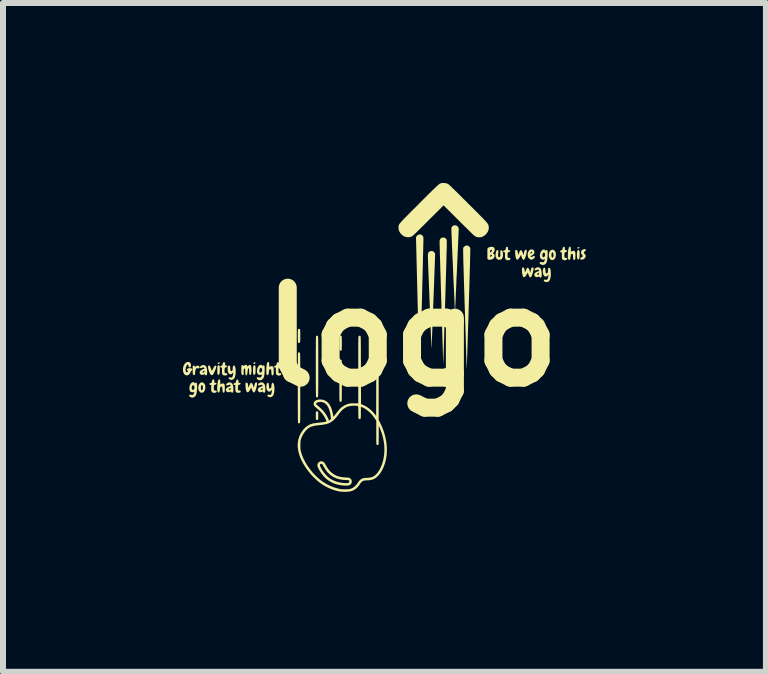
<source format=kicad_pcb>
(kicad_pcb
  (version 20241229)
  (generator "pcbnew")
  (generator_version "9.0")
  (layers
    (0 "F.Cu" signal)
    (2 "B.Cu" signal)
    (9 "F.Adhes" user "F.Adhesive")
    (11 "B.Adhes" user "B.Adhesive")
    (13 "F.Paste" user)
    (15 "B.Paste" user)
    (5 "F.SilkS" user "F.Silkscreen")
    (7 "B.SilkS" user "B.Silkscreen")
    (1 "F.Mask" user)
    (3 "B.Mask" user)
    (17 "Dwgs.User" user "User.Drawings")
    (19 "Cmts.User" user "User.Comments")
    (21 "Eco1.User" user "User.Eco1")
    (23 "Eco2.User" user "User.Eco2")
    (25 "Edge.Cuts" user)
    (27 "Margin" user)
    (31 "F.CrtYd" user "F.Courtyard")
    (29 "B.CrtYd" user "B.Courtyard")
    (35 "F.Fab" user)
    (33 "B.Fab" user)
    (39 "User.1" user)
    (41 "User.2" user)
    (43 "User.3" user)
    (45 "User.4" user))
  (footprint "logo"
    (layer "F.Cu")
    (at 3.818 2.567)
    (property "Reference" "logo" (at 0 0 0) (layer "F.SilkS") (effects (font (size 1.5 1.5) (thickness 0.3))))
    (attr board_only exclude_from_pos_files exclude_from_bom)
    (fp_poly (pts (xy 2.789 -1.496) (xy 2.792 -1.49) (xy 2.788 -1.482) (xy 2.787 -1.48) (xy 2.779 -1.475) (xy 2.769 -1.474) (xy 2.761 -1.476) (xy 2.758 -1.48) (xy 2.758 -1.488) (xy 2.764 -1.495) (xy 2.773 -1.499) (xy 2.779 -1.499)) (stroke (width 0) (type solid)) (fill yes) (layer "F.SilkS"))
    (fp_poly (pts (xy -3.209 0.425) (xy -3.205 0.431) (xy -3.208 0.439) (xy -3.21 0.441) (xy -3.217 0.446) (xy -3.227 0.448) (xy -3.236 0.447) (xy -3.238 0.446) (xy -3.241 0.439) (xy -3.238 0.432) (xy -3.231 0.426) (xy -3.221 0.422) (xy -3.219 0.422)) (stroke (width 0) (type solid)) (fill yes) (layer "F.SilkS"))
    (fp_poly (pts (xy -2.613 0.425) (xy -2.609 0.431) (xy -2.612 0.439) (xy -2.613 0.441) (xy -2.621 0.446) (xy -2.631 0.448) (xy -2.639 0.447) (xy -2.642 0.446) (xy -2.645 0.439) (xy -2.642 0.432) (xy -2.635 0.426) (xy -2.625 0.422) (xy -2.622 0.422)) (stroke (width 0) (type solid)) (fill yes) (layer "F.SilkS"))
    (fp_poly (pts (xy 2.78 -1.449) (xy 2.788 -1.44) (xy 2.789 -1.439) (xy 2.791 -1.43) (xy 2.793 -1.415) (xy 2.794 -1.396) (xy 2.794 -1.375) (xy 2.793 -1.355) (xy 2.792 -1.335) (xy 2.79 -1.319) (xy 2.787 -1.309) (xy 2.787 -1.309) (xy 2.78 -1.296) (xy 2.772 -1.289) (xy 2.764 -1.29) (xy 2.76 -1.294) (xy 2.756 -1.303) (xy 2.752 -1.317) (xy 2.75 -1.336) (xy 2.748 -1.357) (xy 2.748 -1.379) (xy 2.749 -1.4) (xy 2.751 -1.418) (xy 2.752 -1.422) (xy 2.757 -1.437) (xy 2.764 -1.447) (xy 2.772 -1.451)) (stroke (width 0) (type solid)) (fill yes) (layer "F.SilkS"))
    (fp_poly (pts (xy -3.217 0.472) (xy -3.211 0.477) (xy -3.207 0.487) (xy -3.205 0.501) (xy -3.204 0.522) (xy -3.204 0.549) (xy -3.204 0.554) (xy -3.205 0.576) (xy -3.206 0.592) (xy -3.207 0.603) (xy -3.208 0.611) (xy -3.211 0.617) (xy -3.213 0.621) (xy -3.222 0.63) (xy -3.23 0.632) (xy -3.237 0.627) (xy -3.24 0.624) (xy -3.242 0.619) (xy -3.244 0.612) (xy -3.245 0.603) (xy -3.246 0.591) (xy -3.246 0.573) (xy -3.246 0.554) (xy -3.246 0.531) (xy -3.246 0.513) (xy -3.245 0.501) (xy -3.243 0.492) (xy -3.241 0.486) (xy -3.24 0.482) (xy -3.233 0.473) (xy -3.224 0.47) (xy -3.224 0.47)) (stroke (width 0) (type solid)) (fill yes) (layer "F.SilkS"))
    (fp_poly (pts (xy -2.62 0.472) (xy -2.615 0.477) (xy -2.611 0.487) (xy -2.609 0.501) (xy -2.608 0.522) (xy -2.608 0.549) (xy -2.608 0.554) (xy -2.609 0.576) (xy -2.609 0.592) (xy -2.61 0.603) (xy -2.612 0.611) (xy -2.614 0.617) (xy -2.617 0.621) (xy -2.626 0.63) (xy -2.634 0.632) (xy -2.641 0.627) (xy -2.643 0.624) (xy -2.646 0.619) (xy -2.648 0.612) (xy -2.649 0.603) (xy -2.65 0.591) (xy -2.65 0.573) (xy -2.65 0.554) (xy -2.65 0.531) (xy -2.649 0.513) (xy -2.649 0.501) (xy -2.647 0.492) (xy -2.645 0.486) (xy -2.643 0.482) (xy -2.636 0.473) (xy -2.628 0.47) (xy -2.627 0.47)) (stroke (width 0) (type solid)) (fill yes) (layer "F.SilkS"))
    (fp_poly (pts (xy -0.567 0.034) (xy -0.564 0.035) (xy -0.556 0.041) (xy -0.556 0.163) (xy -0.556 0.197) (xy -0.556 0.224) (xy -0.556 0.245) (xy -0.556 0.261) (xy -0.557 0.273) (xy -0.558 0.281) (xy -0.559 0.286) (xy -0.561 0.289) (xy -0.561 0.29) (xy -0.571 0.296) (xy -0.582 0.295) (xy -0.59 0.29) (xy -0.592 0.287) (xy -0.593 0.283) (xy -0.594 0.277) (xy -0.595 0.267) (xy -0.596 0.254) (xy -0.596 0.236) (xy -0.596 0.213) (xy -0.596 0.184) (xy -0.596 0.166) (xy -0.596 0.137) (xy -0.596 0.11) (xy -0.596 0.087) (xy -0.595 0.067) (xy -0.595 0.053) (xy -0.594 0.044) (xy -0.594 0.043) (xy -0.588 0.035) (xy -0.578 0.032)) (stroke (width 0) (type solid)) (fill yes) (layer "F.SilkS"))
    (fp_poly (pts (xy -1.578 1.239) (xy -1.571 1.243) (xy -1.568 1.245) (xy -1.566 1.248) (xy -1.565 1.253) (xy -1.564 1.261) (xy -1.563 1.274) (xy -1.563 1.291) (xy -1.563 1.311) (xy -1.563 1.334) (xy -1.563 1.351) (xy -1.564 1.362) (xy -1.565 1.37) (xy -1.566 1.374) (xy -1.569 1.377) (xy -1.571 1.379) (xy -1.579 1.384) (xy -1.583 1.385) (xy -1.589 1.383) (xy -1.595 1.379) (xy -1.598 1.377) (xy -1.601 1.374) (xy -1.602 1.369) (xy -1.603 1.361) (xy -1.603 1.349) (xy -1.604 1.331) (xy -1.604 1.311) (xy -1.604 1.288) (xy -1.603 1.271) (xy -1.603 1.26) (xy -1.602 1.252) (xy -1.6 1.247) (xy -1.598 1.244) (xy -1.597 1.243) (xy -1.588 1.238)) (stroke (width 0) (type solid)) (fill yes) (layer "F.SilkS"))
    (fp_poly (pts (xy -1.877 -0.135) (xy -1.87 -0.13) (xy -1.868 -0.127) (xy -1.866 -0.124) (xy -1.865 -0.119) (xy -1.864 -0.112) (xy -1.864 -0.101) (xy -1.863 -0.086) (xy -1.863 -0.066) (xy -1.863 -0.04) (xy -1.863 -0.019) (xy -1.863 0.012) (xy -1.863 0.036) (xy -1.864 0.055) (xy -1.864 0.069) (xy -1.865 0.079) (xy -1.866 0.086) (xy -1.868 0.09) (xy -1.869 0.092) (xy -1.877 0.098) (xy -1.887 0.1) (xy -1.897 0.097) (xy -1.899 0.096) (xy -1.901 0.092) (xy -1.902 0.084) (xy -1.903 0.07) (xy -1.903 0.051) (xy -1.904 0.026) (xy -1.904 -0.006) (xy -1.904 -0.017) (xy -1.904 -0.048) (xy -1.904 -0.073) (xy -1.903 -0.092) (xy -1.903 -0.106) (xy -1.902 -0.116) (xy -1.901 -0.123) (xy -1.9 -0.127) (xy -1.898 -0.13) (xy -1.897 -0.131) (xy -1.887 -0.136)) (stroke (width 0) (type solid)) (fill yes) (layer "F.SilkS"))
    (fp_poly (pts (xy -1.183 -0.021) (xy -1.176 -0.016) (xy -1.175 -0.014) (xy -1.173 -0.01) (xy -1.172 -0.003) (xy -1.171 0.007) (xy -1.171 0.022) (xy -1.171 0.041) (xy -1.17 0.066) (xy -1.17 0.097) (xy -1.17 0.104) (xy -1.17 0.136) (xy -1.171 0.162) (xy -1.171 0.183) (xy -1.171 0.198) (xy -1.172 0.209) (xy -1.173 0.216) (xy -1.174 0.221) (xy -1.176 0.223) (xy -1.176 0.224) (xy -1.186 0.229) (xy -1.197 0.228) (xy -1.205 0.223) (xy -1.207 0.22) (xy -1.208 0.216) (xy -1.209 0.21) (xy -1.21 0.2) (xy -1.211 0.187) (xy -1.211 0.169) (xy -1.211 0.145) (xy -1.211 0.115) (xy -1.211 0.103) (xy -1.211 0.071) (xy -1.211 0.046) (xy -1.211 0.026) (xy -1.21 0.011) (xy -1.21 0.001) (xy -1.209 -0.007) (xy -1.208 -0.011) (xy -1.206 -0.014) (xy -1.204 -0.016) (xy -1.194 -0.022)) (stroke (width 0) (type solid)) (fill yes) (layer "F.SilkS"))
    (fp_poly (pts (xy -3.376 0.477) (xy -3.372 0.479) (xy -3.369 0.484) (xy -3.363 0.495) (xy -3.357 0.51) (xy -3.352 0.524) (xy -3.347 0.54) (xy -3.342 0.552) (xy -3.338 0.561) (xy -3.336 0.564) (xy -3.333 0.56) (xy -3.328 0.552) (xy -3.322 0.54) (xy -3.32 0.535) (xy -3.308 0.51) (xy -3.297 0.492) (xy -3.287 0.481) (xy -3.278 0.477) (xy -3.269 0.478) (xy -3.264 0.485) (xy -3.263 0.497) (xy -3.267 0.515) (xy -3.271 0.527) (xy -3.277 0.544) (xy -3.285 0.562) (xy -3.293 0.581) (xy -3.302 0.599) (xy -3.31 0.615) (xy -3.317 0.625) (xy -3.319 0.629) (xy -3.33 0.636) (xy -3.342 0.636) (xy -3.354 0.629) (xy -3.358 0.625) (xy -3.367 0.611) (xy -3.376 0.593) (xy -3.384 0.573) (xy -3.391 0.552) (xy -3.396 0.531) (xy -3.399 0.511) (xy -3.4 0.495) (xy -3.398 0.483) (xy -3.396 0.479) (xy -3.387 0.474)) (stroke (width 0) (type solid)) (fill yes) (layer "F.SilkS"))
    (fp_poly (pts (xy 2.356 -1.453) (xy 2.371 -1.444) (xy 2.384 -1.428) (xy 2.389 -1.42) (xy 2.396 -1.399) (xy 2.398 -1.376) (xy 2.397 -1.352) (xy 2.391 -1.329) (xy 2.382 -1.309) (xy 2.372 -1.296) (xy 2.357 -1.286) (xy 2.34 -1.282) (xy 2.323 -1.284) (xy 2.312 -1.289) (xy 2.298 -1.302) (xy 2.289 -1.32) (xy 2.283 -1.341) (xy 2.281 -1.363) (xy 2.281 -1.367) (xy 2.324 -1.367) (xy 2.325 -1.349) (xy 2.329 -1.336) (xy 2.334 -1.327) (xy 2.34 -1.323) (xy 2.347 -1.325) (xy 2.353 -1.333) (xy 2.355 -1.339) (xy 2.358 -1.353) (xy 2.358 -1.369) (xy 2.356 -1.384) (xy 2.352 -1.398) (xy 2.347 -1.407) (xy 2.34 -1.411) (xy 2.339 -1.411) (xy 2.333 -1.408) (xy 2.328 -1.398) (xy 2.325 -1.384) (xy 2.324 -1.367) (xy 2.281 -1.367) (xy 2.282 -1.386) (xy 2.287 -1.408) (xy 2.296 -1.427) (xy 2.309 -1.442) (xy 2.32 -1.45) (xy 2.338 -1.455)) (stroke (width 0) (type solid)) (fill yes) (layer "F.SilkS"))
    (fp_poly (pts (xy 2.884 -1.464) (xy 2.888 -1.462) (xy 2.897 -1.455) (xy 2.898 -1.447) (xy 2.893 -1.438) (xy 2.882 -1.429) (xy 2.87 -1.419) (xy 2.865 -1.41) (xy 2.866 -1.4) (xy 2.873 -1.389) (xy 2.879 -1.382) (xy 2.891 -1.367) (xy 2.896 -1.354) (xy 2.895 -1.341) (xy 2.888 -1.326) (xy 2.887 -1.324) (xy 2.874 -1.307) (xy 2.856 -1.295) (xy 2.837 -1.289) (xy 2.829 -1.289) (xy 2.818 -1.29) (xy 2.81 -1.292) (xy 2.808 -1.293) (xy 2.805 -1.3) (xy 2.804 -1.308) (xy 2.805 -1.315) (xy 2.808 -1.32) (xy 2.816 -1.324) (xy 2.824 -1.328) (xy 2.836 -1.334) (xy 2.842 -1.338) (xy 2.844 -1.344) (xy 2.844 -1.346) (xy 2.842 -1.355) (xy 2.837 -1.366) (xy 2.832 -1.373) (xy 2.821 -1.39) (xy 2.816 -1.405) (xy 2.818 -1.42) (xy 2.822 -1.431) (xy 2.831 -1.445) (xy 2.842 -1.455) (xy 2.857 -1.461) (xy 2.862 -1.463) (xy 2.875 -1.465)) (stroke (width 0) (type solid)) (fill yes) (layer "F.SilkS"))
    (fp_poly (pts (xy -3.631 0.475) (xy -3.623 0.482) (xy -3.621 0.488) (xy -3.617 0.497) (xy -3.613 0.5) (xy -3.609 0.495) (xy -3.609 0.494) (xy -3.603 0.488) (xy -3.593 0.482) (xy -3.581 0.478) (xy -3.576 0.478) (xy -3.564 0.48) (xy -3.553 0.485) (xy -3.545 0.492) (xy -3.543 0.495) (xy -3.54 0.508) (xy -3.544 0.518) (xy -3.552 0.524) (xy -3.565 0.524) (xy -3.57 0.522) (xy -3.585 0.52) (xy -3.596 0.524) (xy -3.604 0.535) (xy -3.61 0.552) (xy -3.614 0.575) (xy -3.614 0.583) (xy -3.616 0.606) (xy -3.619 0.622) (xy -3.624 0.632) (xy -3.631 0.637) (xy -3.635 0.637) (xy -3.643 0.635) (xy -3.648 0.629) (xy -3.651 0.623) (xy -3.653 0.616) (xy -3.655 0.606) (xy -3.656 0.592) (xy -3.657 0.573) (xy -3.657 0.549) (xy -3.657 0.527) (xy -3.657 0.51) (xy -3.656 0.499) (xy -3.655 0.491) (xy -3.653 0.486) (xy -3.651 0.483) (xy -3.65 0.482) (xy -3.641 0.475)) (stroke (width 0) (type solid)) (fill yes) (layer "F.SilkS"))
    (fp_poly (pts (xy -3.487 0.759) (xy -3.472 0.768) (xy -3.459 0.783) (xy -3.456 0.789) (xy -3.451 0.798) (xy -3.448 0.808) (xy -3.447 0.819) (xy -3.446 0.835) (xy -3.446 0.839) (xy -3.447 0.856) (xy -3.448 0.869) (xy -3.451 0.879) (xy -3.455 0.891) (xy -3.457 0.893) (xy -3.464 0.905) (xy -3.471 0.916) (xy -3.477 0.921) (xy -3.489 0.926) (xy -3.504 0.928) (xy -3.518 0.928) (xy -3.524 0.926) (xy -3.534 0.919) (xy -3.544 0.908) (xy -3.553 0.895) (xy -3.559 0.882) (xy -3.562 0.865) (xy -3.563 0.846) (xy -3.563 0.844) (xy -3.52 0.844) (xy -3.519 0.862) (xy -3.515 0.875) (xy -3.51 0.885) (xy -3.504 0.889) (xy -3.498 0.887) (xy -3.492 0.878) (xy -3.491 0.876) (xy -3.487 0.863) (xy -3.486 0.847) (xy -3.487 0.831) (xy -3.489 0.817) (xy -3.494 0.806) (xy -3.5 0.801) (xy -3.501 0.801) (xy -3.508 0.803) (xy -3.514 0.811) (xy -3.519 0.824) (xy -3.52 0.842) (xy -3.52 0.844) (xy -3.563 0.844) (xy -3.562 0.826) (xy -3.559 0.811) (xy -3.551 0.792) (xy -3.54 0.776) (xy -3.526 0.764) (xy -3.511 0.757) (xy -3.502 0.756)) (stroke (width 0) (type solid)) (fill yes) (layer "F.SilkS"))
    (fp_poly (pts (xy 1.428 -1.45) (xy 1.435 -1.443) (xy 1.436 -1.442) (xy 1.438 -1.437) (xy 1.44 -1.432) (xy 1.44 -1.424) (xy 1.439 -1.412) (xy 1.437 -1.394) (xy 1.437 -1.393) (xy 1.435 -1.369) (xy 1.435 -1.35) (xy 1.438 -1.338) (xy 1.444 -1.332) (xy 1.452 -1.33) (xy 1.457 -1.331) (xy 1.465 -1.335) (xy 1.47 -1.343) (xy 1.472 -1.355) (xy 1.473 -1.373) (xy 1.472 -1.395) (xy 1.471 -1.413) (xy 1.471 -1.425) (xy 1.472 -1.433) (xy 1.473 -1.438) (xy 1.476 -1.441) (xy 1.477 -1.442) (xy 1.487 -1.447) (xy 1.495 -1.446) (xy 1.503 -1.438) (xy 1.509 -1.425) (xy 1.514 -1.406) (xy 1.516 -1.384) (xy 1.516 -1.374) (xy 1.516 -1.356) (xy 1.515 -1.344) (xy 1.513 -1.334) (xy 1.509 -1.324) (xy 1.507 -1.321) (xy 1.5 -1.309) (xy 1.493 -1.299) (xy 1.489 -1.295) (xy 1.479 -1.291) (xy 1.464 -1.288) (xy 1.449 -1.287) (xy 1.435 -1.287) (xy 1.434 -1.288) (xy 1.424 -1.293) (xy 1.413 -1.303) (xy 1.403 -1.316) (xy 1.397 -1.328) (xy 1.393 -1.348) (xy 1.392 -1.371) (xy 1.394 -1.394) (xy 1.399 -1.415) (xy 1.405 -1.433) (xy 1.412 -1.444) (xy 1.421 -1.451)) (stroke (width 0) (type solid)) (fill yes) (layer "F.SilkS"))
    (fp_poly (pts (xy -3.304 0.71) (xy -3.298 0.718) (xy -3.295 0.731) (xy -3.295 0.741) (xy -3.296 0.763) (xy -3.285 0.763) (xy -3.27 0.765) (xy -3.262 0.77) (xy -3.259 0.777) (xy -3.262 0.785) (xy -3.271 0.792) (xy -3.285 0.797) (xy -3.288 0.798) (xy -3.294 0.8) (xy -3.299 0.805) (xy -3.301 0.814) (xy -3.303 0.828) (xy -3.304 0.847) (xy -3.304 0.853) (xy -3.303 0.871) (xy -3.301 0.882) (xy -3.296 0.889) (xy -3.289 0.892) (xy -3.278 0.893) (xy -3.266 0.893) (xy -3.26 0.895) (xy -3.257 0.9) (xy -3.257 0.9) (xy -3.257 0.912) (xy -3.262 0.921) (xy -3.273 0.928) (xy -3.288 0.931) (xy -3.307 0.931) (xy -3.312 0.93) (xy -3.325 0.926) (xy -3.335 0.919) (xy -3.342 0.908) (xy -3.346 0.893) (xy -3.348 0.872) (xy -3.348 0.845) (xy -3.348 0.843) (xy -3.346 0.8) (xy -3.359 0.799) (xy -3.37 0.796) (xy -3.377 0.79) (xy -3.377 0.782) (xy -3.376 0.779) (xy -3.37 0.774) (xy -3.36 0.769) (xy -3.355 0.767) (xy -3.345 0.763) (xy -3.339 0.759) (xy -3.337 0.751) (xy -3.336 0.744) (xy -3.332 0.727) (xy -3.326 0.715) (xy -3.317 0.708) (xy -3.313 0.707)) (stroke (width 0) (type solid)) (fill yes) (layer "F.SilkS"))
    (fp_poly (pts (xy -2.906 0.708) (xy -2.899 0.714) (xy -2.895 0.725) (xy -2.893 0.739) (xy -2.893 0.745) (xy -2.895 0.763) (xy -2.881 0.763) (xy -2.87 0.765) (xy -2.861 0.769) (xy -2.856 0.775) (xy -2.856 0.777) (xy -2.859 0.784) (xy -2.869 0.791) (xy -2.88 0.796) (xy -2.898 0.803) (xy -2.901 0.839) (xy -2.903 0.86) (xy -2.902 0.874) (xy -2.899 0.884) (xy -2.892 0.89) (xy -2.883 0.893) (xy -2.875 0.893) (xy -2.864 0.894) (xy -2.859 0.897) (xy -2.857 0.901) (xy -2.856 0.906) (xy -2.857 0.916) (xy -2.863 0.923) (xy -2.864 0.924) (xy -2.876 0.929) (xy -2.891 0.931) (xy -2.904 0.931) (xy -2.906 0.931) (xy -2.92 0.927) (xy -2.93 0.922) (xy -2.938 0.914) (xy -2.942 0.903) (xy -2.945 0.887) (xy -2.946 0.866) (xy -2.946 0.849) (xy -2.945 0.8) (xy -2.956 0.8) (xy -2.965 0.798) (xy -2.974 0.793) (xy -2.978 0.786) (xy -2.978 0.785) (xy -2.975 0.78) (xy -2.967 0.774) (xy -2.958 0.768) (xy -2.948 0.765) (xy -2.942 0.763) (xy -2.938 0.758) (xy -2.936 0.75) (xy -2.934 0.742) (xy -2.93 0.729) (xy -2.926 0.718) (xy -2.923 0.714) (xy -2.915 0.708)) (stroke (width 0) (type solid)) (fill yes) (layer "F.SilkS"))
    (fp_poly (pts (xy 1.593 -1.501) (xy 1.598 -1.494) (xy 1.601 -1.48) (xy 1.601 -1.47) (xy 1.601 -1.448) (xy 1.612 -1.448) (xy 1.626 -1.446) (xy 1.634 -1.441) (xy 1.637 -1.434) (xy 1.634 -1.426) (xy 1.625 -1.419) (xy 1.611 -1.414) (xy 1.609 -1.413) (xy 1.602 -1.411) (xy 1.598 -1.406) (xy 1.595 -1.397) (xy 1.593 -1.383) (xy 1.593 -1.364) (xy 1.593 -1.358) (xy 1.593 -1.34) (xy 1.595 -1.329) (xy 1.6 -1.322) (xy 1.608 -1.319) (xy 1.618 -1.319) (xy 1.63 -1.318) (xy 1.636 -1.316) (xy 1.639 -1.311) (xy 1.639 -1.311) (xy 1.64 -1.299) (xy 1.634 -1.29) (xy 1.623 -1.283) (xy 1.608 -1.28) (xy 1.59 -1.28) (xy 1.584 -1.281) (xy 1.571 -1.285) (xy 1.561 -1.292) (xy 1.555 -1.303) (xy 1.55 -1.318) (xy 1.549 -1.339) (xy 1.549 -1.366) (xy 1.549 -1.368) (xy 1.55 -1.411) (xy 1.537 -1.412) (xy 1.526 -1.415) (xy 1.52 -1.421) (xy 1.519 -1.429) (xy 1.521 -1.432) (xy 1.526 -1.437) (xy 1.536 -1.442) (xy 1.542 -1.444) (xy 1.552 -1.448) (xy 1.557 -1.452) (xy 1.559 -1.46) (xy 1.561 -1.467) (xy 1.564 -1.484) (xy 1.571 -1.497) (xy 1.579 -1.503) (xy 1.583 -1.504)) (stroke (width 0) (type solid)) (fill yes) (layer "F.SilkS"))
    (fp_poly (pts (xy 0.729 -1.861) (xy 0.746 -1.854) (xy 0.761 -1.842) (xy 0.77 -1.829) (xy 0.779 -1.812) (xy 0.749 -1.129) (xy 0.746 -1.059) (xy 0.742 -0.99) (xy 0.739 -0.923) (xy 0.737 -0.859) (xy 0.734 -0.798) (xy 0.731 -0.741) (xy 0.729 -0.687) (xy 0.727 -0.637) (xy 0.725 -0.592) (xy 0.723 -0.552) (xy 0.721 -0.517) (xy 0.72 -0.487) (xy 0.719 -0.464) (xy 0.718 -0.447) (xy 0.717 -0.436) (xy 0.717 -0.433) (xy 0.716 -0.425) (xy 0.716 -0.425) (xy 0.715 -0.431) (xy 0.715 -0.431) (xy 0.715 -0.436) (xy 0.714 -0.448) (xy 0.714 -0.467) (xy 0.712 -0.491) (xy 0.711 -0.522) (xy 0.709 -0.558) (xy 0.708 -0.6) (xy 0.705 -0.646) (xy 0.703 -0.696) (xy 0.701 -0.751) (xy 0.698 -0.809) (xy 0.695 -0.871) (xy 0.692 -0.935) (xy 0.689 -1.002) (xy 0.686 -1.072) (xy 0.684 -1.124) (xy 0.68 -1.216) (xy 0.676 -1.302) (xy 0.672 -1.382) (xy 0.669 -1.455) (xy 0.666 -1.522) (xy 0.664 -1.582) (xy 0.662 -1.636) (xy 0.66 -1.683) (xy 0.658 -1.723) (xy 0.657 -1.756) (xy 0.656 -1.782) (xy 0.656 -1.801) (xy 0.656 -1.813) (xy 0.656 -1.817) (xy 0.665 -1.836) (xy 0.677 -1.85) (xy 0.693 -1.858) (xy 0.711 -1.862)) (stroke (width 0) (type solid)) (fill yes) (layer "F.SilkS"))
    (fp_poly (pts (xy 2.009 -1.458) (xy 2.024 -1.45) (xy 2.034 -1.439) (xy 2.039 -1.425) (xy 2.04 -1.409) (xy 2.035 -1.393) (xy 2.025 -1.378) (xy 2.01 -1.365) (xy 2.006 -1.363) (xy 1.995 -1.357) (xy 1.985 -1.353) (xy 1.981 -1.352) (xy 1.975 -1.35) (xy 1.975 -1.345) (xy 1.979 -1.339) (xy 1.984 -1.336) (xy 1.99 -1.334) (xy 1.997 -1.335) (xy 2.006 -1.339) (xy 2.013 -1.342) (xy 2.028 -1.349) (xy 2.038 -1.351) (xy 2.045 -1.348) (xy 2.047 -1.339) (xy 2.047 -1.338) (xy 2.045 -1.326) (xy 2.037 -1.314) (xy 2.025 -1.303) (xy 2.01 -1.294) (xy 1.994 -1.29) (xy 1.987 -1.289) (xy 1.976 -1.291) (xy 1.964 -1.296) (xy 1.963 -1.297) (xy 1.946 -1.313) (xy 1.934 -1.333) (xy 1.928 -1.356) (xy 1.928 -1.381) (xy 1.93 -1.392) (xy 1.971 -1.392) (xy 1.975 -1.39) (xy 1.981 -1.391) (xy 1.991 -1.395) (xy 1.997 -1.399) (xy 2.002 -1.407) (xy 2.002 -1.415) (xy 1.997 -1.421) (xy 1.994 -1.422) (xy 1.986 -1.42) (xy 1.98 -1.413) (xy 1.978 -1.41) (xy 1.972 -1.399) (xy 1.971 -1.392) (xy 1.93 -1.392) (xy 1.933 -1.408) (xy 1.939 -1.421) (xy 1.95 -1.44) (xy 1.965 -1.453) (xy 1.982 -1.459) (xy 1.99 -1.46)) (stroke (width 0) (type solid)) (fill yes) (layer "F.SilkS"))
    (fp_poly (pts (xy -3.123 0.425) (xy -3.121 0.426) (xy -3.117 0.434) (xy -3.115 0.442) (xy -3.116 0.455) (xy -3.118 0.474) (xy -3.104 0.474) (xy -3.09 0.477) (xy -3.083 0.482) (xy -3.079 0.487) (xy -3.079 0.491) (xy -3.084 0.496) (xy -3.086 0.498) (xy -3.097 0.505) (xy -3.109 0.509) (xy -3.109 0.509) (xy -3.116 0.511) (xy -3.12 0.514) (xy -3.122 0.52) (xy -3.123 0.532) (xy -3.124 0.534) (xy -3.125 0.557) (xy -3.126 0.576) (xy -3.124 0.59) (xy -3.122 0.596) (xy -3.117 0.6) (xy -3.106 0.603) (xy -3.099 0.604) (xy -3.088 0.605) (xy -3.082 0.607) (xy -3.079 0.611) (xy -3.078 0.617) (xy -3.079 0.627) (xy -3.085 0.634) (xy -3.086 0.635) (xy -3.102 0.641) (xy -3.121 0.642) (xy -3.137 0.64) (xy -3.148 0.636) (xy -3.156 0.631) (xy -3.162 0.623) (xy -3.166 0.612) (xy -3.168 0.597) (xy -3.168 0.575) (xy -3.168 0.563) (xy -3.168 0.511) (xy -3.178 0.511) (xy -3.188 0.509) (xy -3.194 0.506) (xy -3.199 0.499) (xy -3.198 0.492) (xy -3.19 0.485) (xy -3.178 0.479) (xy -3.167 0.475) (xy -3.162 0.47) (xy -3.159 0.464) (xy -3.158 0.457) (xy -3.154 0.44) (xy -3.148 0.427) (xy -3.14 0.42) (xy -3.131 0.419)) (stroke (width 0) (type solid)) (fill yes) (layer "F.SilkS"))
    (fp_poly (pts (xy -3.207 0.707) (xy -3.201 0.718) (xy -3.198 0.735) (xy -3.196 0.758) (xy -3.196 0.761) (xy -3.196 0.792) (xy -3.183 0.783) (xy -3.167 0.776) (xy -3.151 0.774) (xy -3.139 0.776) (xy -3.133 0.781) (xy -3.127 0.789) (xy -3.127 0.79) (xy -3.124 0.796) (xy -3.122 0.804) (xy -3.121 0.816) (xy -3.121 0.832) (xy -3.121 0.854) (xy -3.121 0.854) (xy -3.121 0.879) (xy -3.122 0.897) (xy -3.125 0.91) (xy -3.128 0.919) (xy -3.133 0.925) (xy -3.135 0.927) (xy -3.141 0.929) (xy -3.147 0.927) (xy -3.151 0.923) (xy -3.155 0.918) (xy -3.157 0.91) (xy -3.159 0.898) (xy -3.16 0.88) (xy -3.16 0.877) (xy -3.162 0.857) (xy -3.163 0.843) (xy -3.165 0.834) (xy -3.168 0.829) (xy -3.173 0.826) (xy -3.178 0.826) (xy -3.187 0.828) (xy -3.193 0.833) (xy -3.198 0.844) (xy -3.201 0.86) (xy -3.201 0.869) (xy -3.204 0.891) (xy -3.207 0.907) (xy -3.211 0.917) (xy -3.217 0.923) (xy -3.221 0.925) (xy -3.231 0.924) (xy -3.239 0.916) (xy -3.244 0.902) (xy -3.247 0.881) (xy -3.248 0.853) (xy -3.246 0.819) (xy -3.242 0.778) (xy -3.24 0.765) (xy -3.236 0.741) (xy -3.231 0.723) (xy -3.225 0.71) (xy -3.218 0.704) (xy -3.215 0.704)) (stroke (width 0) (type solid)) (fill yes) (layer "F.SilkS"))
    (fp_poly (pts (xy 2.637 -1.504) (xy 2.643 -1.494) (xy 2.647 -1.477) (xy 2.648 -1.453) (xy 2.648 -1.45) (xy 2.648 -1.419) (xy 2.662 -1.428) (xy 2.677 -1.435) (xy 2.694 -1.437) (xy 2.705 -1.435) (xy 2.711 -1.43) (xy 2.717 -1.422) (xy 2.718 -1.421) (xy 2.72 -1.415) (xy 2.722 -1.407) (xy 2.723 -1.395) (xy 2.724 -1.379) (xy 2.724 -1.358) (xy 2.724 -1.357) (xy 2.723 -1.333) (xy 2.722 -1.314) (xy 2.72 -1.301) (xy 2.717 -1.292) (xy 2.712 -1.286) (xy 2.71 -1.284) (xy 2.703 -1.282) (xy 2.698 -1.284) (xy 2.693 -1.288) (xy 2.69 -1.293) (xy 2.687 -1.301) (xy 2.686 -1.313) (xy 2.684 -1.331) (xy 2.684 -1.334) (xy 2.683 -1.354) (xy 2.681 -1.368) (xy 2.679 -1.378) (xy 2.676 -1.383) (xy 2.672 -1.385) (xy 2.667 -1.385) (xy 2.658 -1.384) (xy 2.651 -1.378) (xy 2.647 -1.367) (xy 2.644 -1.351) (xy 2.643 -1.342) (xy 2.641 -1.32) (xy 2.638 -1.304) (xy 2.633 -1.294) (xy 2.628 -1.288) (xy 2.623 -1.286) (xy 2.613 -1.287) (xy 2.606 -1.295) (xy 2.6 -1.309) (xy 2.597 -1.331) (xy 2.597 -1.358) (xy 2.598 -1.392) (xy 2.602 -1.433) (xy 2.604 -1.446) (xy 2.608 -1.47) (xy 2.614 -1.488) (xy 2.62 -1.501) (xy 2.627 -1.507) (xy 2.63 -1.507)) (stroke (width 0) (type solid)) (fill yes) (layer "F.SilkS"))
    (fp_poly (pts (xy -2.227 0.421) (xy -2.222 0.429) (xy -2.219 0.442) (xy -2.219 0.453) (xy -2.218 0.465) (xy -2.217 0.471) (xy -2.214 0.474) (xy -2.208 0.474) (xy -2.207 0.474) (xy -2.193 0.476) (xy -2.184 0.481) (xy -2.182 0.488) (xy -2.185 0.496) (xy -2.193 0.503) (xy -2.207 0.509) (xy -2.21 0.509) (xy -2.216 0.511) (xy -2.221 0.515) (xy -2.224 0.522) (xy -2.225 0.533) (xy -2.227 0.549) (xy -2.227 0.563) (xy -2.227 0.581) (xy -2.225 0.593) (xy -2.22 0.6) (xy -2.212 0.603) (xy -2.201 0.604) (xy -2.191 0.604) (xy -2.184 0.607) (xy -2.181 0.613) (xy -2.18 0.623) (xy -2.185 0.632) (xy -2.197 0.639) (xy -2.203 0.641) (xy -2.213 0.643) (xy -2.22 0.644) (xy -2.228 0.643) (xy -2.237 0.641) (xy -2.248 0.636) (xy -2.258 0.628) (xy -2.259 0.628) (xy -2.263 0.624) (xy -2.265 0.62) (xy -2.267 0.614) (xy -2.268 0.605) (xy -2.269 0.592) (xy -2.27 0.574) (xy -2.27 0.565) (xy -2.271 0.512) (xy -2.282 0.51) (xy -2.293 0.507) (xy -2.299 0.5) (xy -2.299 0.492) (xy -2.298 0.49) (xy -2.292 0.485) (xy -2.282 0.479) (xy -2.277 0.477) (xy -2.267 0.473) (xy -2.262 0.468) (xy -2.26 0.46) (xy -2.259 0.454) (xy -2.254 0.436) (xy -2.247 0.424) (xy -2.238 0.419) (xy -2.235 0.419)) (stroke (width 0) (type solid)) (fill yes) (layer "F.SilkS"))
    (fp_poly (pts (xy 2.54 -1.501) (xy 2.545 -1.494) (xy 2.548 -1.48) (xy 2.548 -1.469) (xy 2.548 -1.457) (xy 2.55 -1.451) (xy 2.553 -1.449) (xy 2.559 -1.448) (xy 2.56 -1.448) (xy 2.574 -1.446) (xy 2.582 -1.441) (xy 2.585 -1.434) (xy 2.582 -1.426) (xy 2.573 -1.419) (xy 2.559 -1.414) (xy 2.557 -1.413) (xy 2.55 -1.411) (xy 2.546 -1.407) (xy 2.543 -1.4) (xy 2.541 -1.389) (xy 2.54 -1.373) (xy 2.54 -1.359) (xy 2.54 -1.341) (xy 2.542 -1.329) (xy 2.547 -1.322) (xy 2.555 -1.319) (xy 2.565 -1.319) (xy 2.576 -1.318) (xy 2.582 -1.315) (xy 2.586 -1.309) (xy 2.587 -1.299) (xy 2.581 -1.29) (xy 2.569 -1.283) (xy 2.563 -1.282) (xy 2.554 -1.279) (xy 2.547 -1.278) (xy 2.539 -1.28) (xy 2.53 -1.281) (xy 2.519 -1.286) (xy 2.508 -1.294) (xy 2.508 -1.294) (xy 2.504 -1.298) (xy 2.501 -1.303) (xy 2.5 -1.308) (xy 2.498 -1.317) (xy 2.498 -1.33) (xy 2.497 -1.348) (xy 2.497 -1.357) (xy 2.496 -1.411) (xy 2.484 -1.412) (xy 2.474 -1.415) (xy 2.468 -1.422) (xy 2.468 -1.43) (xy 2.469 -1.432) (xy 2.475 -1.438) (xy 2.485 -1.443) (xy 2.489 -1.445) (xy 2.499 -1.449) (xy 2.505 -1.454) (xy 2.507 -1.462) (xy 2.508 -1.468) (xy 2.512 -1.486) (xy 2.519 -1.498) (xy 2.529 -1.503) (xy 2.531 -1.504)) (stroke (width 0) (type solid)) (fill yes) (layer "F.SilkS"))
    (fp_poly (pts (xy -3.466 0.469) (xy -3.451 0.476) (xy -3.438 0.485) (xy -3.432 0.492) (xy -3.424 0.511) (xy -3.418 0.536) (xy -3.415 0.566) (xy -3.415 0.583) (xy -3.415 0.605) (xy -3.417 0.621) (xy -3.421 0.632) (xy -3.427 0.638) (xy -3.434 0.64) (xy -3.443 0.639) (xy -3.449 0.633) (xy -3.451 0.63) (xy -3.458 0.619) (xy -3.47 0.626) (xy -3.488 0.632) (xy -3.506 0.632) (xy -3.521 0.627) (xy -3.532 0.616) (xy -3.539 0.601) (xy -3.541 0.589) (xy -3.494 0.589) (xy -3.494 0.59) (xy -3.487 0.592) (xy -3.478 0.592) (xy -3.468 0.59) (xy -3.466 0.589) (xy -3.462 0.584) (xy -3.46 0.576) (xy -3.459 0.568) (xy -3.461 0.563) (xy -3.463 0.563) (xy -3.472 0.565) (xy -3.481 0.57) (xy -3.489 0.577) (xy -3.494 0.584) (xy -3.494 0.589) (xy -3.541 0.589) (xy -3.541 0.589) (xy -3.537 0.576) (xy -3.528 0.564) (xy -3.514 0.552) (xy -3.498 0.543) (xy -3.487 0.539) (xy -3.472 0.534) (xy -3.464 0.53) (xy -3.46 0.526) (xy -3.46 0.521) (xy -3.462 0.517) (xy -3.469 0.51) (xy -3.48 0.507) (xy -3.494 0.51) (xy -3.505 0.515) (xy -3.518 0.52) (xy -3.528 0.519) (xy -3.534 0.514) (xy -3.536 0.506) (xy -3.532 0.495) (xy -3.531 0.493) (xy -3.521 0.484) (xy -3.507 0.475) (xy -3.492 0.469) (xy -3.48 0.467)) (stroke (width 0) (type solid)) (fill yes) (layer "F.SilkS"))
    (fp_poly (pts (xy -3.044 0.475) (xy -3.039 0.479) (xy -3.035 0.487) (xy -3.032 0.498) (xy -3.03 0.515) (xy -3.03 0.529) (xy -3.029 0.544) (xy -3.028 0.554) (xy -3.026 0.561) (xy -3.022 0.565) (xy -3.013 0.569) (xy -3.003 0.568) (xy -2.995 0.56) (xy -2.993 0.557) (xy -2.991 0.548) (xy -2.989 0.535) (xy -2.989 0.527) (xy -2.988 0.506) (xy -2.984 0.49) (xy -2.978 0.479) (xy -2.971 0.475) (xy -2.963 0.477) (xy -2.959 0.48) (xy -2.951 0.491) (xy -2.945 0.509) (xy -2.941 0.531) (xy -2.939 0.555) (xy -2.939 0.582) (xy -2.94 0.609) (xy -2.944 0.635) (xy -2.949 0.658) (xy -2.956 0.678) (xy -2.965 0.693) (xy -2.966 0.695) (xy -2.981 0.707) (xy -2.999 0.714) (xy -3.017 0.715) (xy -3.035 0.71) (xy -3.039 0.708) (xy -3.052 0.698) (xy -3.058 0.689) (xy -3.058 0.682) (xy -3.052 0.674) (xy -3.042 0.672) (xy -3.032 0.674) (xy -3.017 0.677) (xy -3.005 0.675) (xy -2.996 0.666) (xy -2.989 0.651) (xy -2.983 0.629) (xy -2.98 0.608) (xy -2.978 0.592) (xy -2.995 0.607) (xy -3.007 0.617) (xy -3.018 0.622) (xy -3.022 0.622) (xy -3.04 0.619) (xy -3.053 0.609) (xy -3.064 0.593) (xy -3.07 0.571) (xy -3.073 0.544) (xy -3.073 0.519) (xy -3.07 0.499) (xy -3.064 0.485) (xy -3.056 0.476) (xy -3.051 0.475)) (stroke (width 0) (type solid)) (fill yes) (layer "F.SilkS"))
    (fp_poly (pts (xy -3.029 0.758) (xy -3.014 0.765) (xy -3.001 0.774) (xy -2.995 0.781) (xy -2.987 0.8) (xy -2.981 0.825) (xy -2.978 0.855) (xy -2.978 0.872) (xy -2.978 0.894) (xy -2.98 0.91) (xy -2.984 0.921) (xy -2.99 0.927) (xy -2.997 0.929) (xy -3.006 0.928) (xy -3.012 0.922) (xy -3.014 0.919) (xy -3.021 0.908) (xy -3.033 0.915) (xy -3.051 0.921) (xy -3.068 0.921) (xy -3.083 0.916) (xy -3.095 0.905) (xy -3.102 0.89) (xy -3.104 0.878) (xy -3.057 0.878) (xy -3.057 0.879) (xy -3.05 0.881) (xy -3.041 0.881) (xy -3.031 0.879) (xy -3.029 0.878) (xy -3.025 0.873) (xy -3.022 0.865) (xy -3.022 0.857) (xy -3.024 0.852) (xy -3.026 0.852) (xy -3.035 0.854) (xy -3.044 0.859) (xy -3.052 0.866) (xy -3.057 0.873) (xy -3.057 0.878) (xy -3.104 0.878) (xy -3.104 0.877) (xy -3.1 0.865) (xy -3.091 0.853) (xy -3.077 0.841) (xy -3.06 0.831) (xy -3.05 0.828) (xy -3.035 0.823) (xy -3.027 0.819) (xy -3.023 0.815) (xy -3.023 0.81) (xy -3.025 0.806) (xy -3.032 0.798) (xy -3.043 0.796) (xy -3.057 0.799) (xy -3.068 0.804) (xy -3.081 0.809) (xy -3.091 0.808) (xy -3.097 0.803) (xy -3.099 0.795) (xy -3.095 0.784) (xy -3.094 0.782) (xy -3.084 0.773) (xy -3.07 0.764) (xy -3.055 0.758) (xy -3.043 0.756)) (stroke (width 0) (type solid)) (fill yes) (layer "F.SilkS"))
    (fp_poly (pts (xy -2.588 0.759) (xy -2.584 0.767) (xy -2.583 0.781) (xy -2.585 0.801) (xy -2.588 0.819) (xy -2.595 0.849) (xy -2.603 0.875) (xy -2.611 0.896) (xy -2.62 0.913) (xy -2.629 0.922) (xy -2.634 0.925) (xy -2.641 0.924) (xy -2.649 0.918) (xy -2.65 0.916) (xy -2.656 0.907) (xy -2.663 0.892) (xy -2.669 0.875) (xy -2.669 0.874) (xy -2.679 0.842) (xy -2.693 0.868) (xy -2.706 0.892) (xy -2.719 0.909) (xy -2.731 0.919) (xy -2.741 0.922) (xy -2.748 0.921) (xy -2.754 0.917) (xy -2.759 0.908) (xy -2.76 0.906) (xy -2.766 0.889) (xy -2.77 0.87) (xy -2.774 0.846) (xy -2.776 0.817) (xy -2.777 0.794) (xy -2.776 0.777) (xy -2.773 0.767) (xy -2.767 0.761) (xy -2.758 0.76) (xy -2.758 0.76) (xy -2.747 0.764) (xy -2.739 0.776) (xy -2.734 0.793) (xy -2.731 0.817) (xy -2.729 0.83) (xy -2.728 0.839) (xy -2.726 0.842) (xy -2.726 0.842) (xy -2.723 0.837) (xy -2.719 0.827) (xy -2.714 0.815) (xy -2.713 0.813) (xy -2.704 0.79) (xy -2.695 0.775) (xy -2.688 0.766) (xy -2.681 0.763) (xy -2.673 0.767) (xy -2.664 0.777) (xy -2.656 0.793) (xy -2.647 0.814) (xy -2.646 0.818) (xy -2.635 0.849) (xy -2.631 0.82) (xy -2.626 0.795) (xy -2.62 0.776) (xy -2.612 0.764) (xy -2.605 0.759) (xy -2.595 0.757)) (stroke (width 0) (type solid)) (fill yes) (layer "F.SilkS"))
    (fp_poly (pts (xy 2.112 -1.16) (xy 2.127 -1.154) (xy 2.139 -1.145) (xy 2.145 -1.138) (xy 2.154 -1.118) (xy 2.159 -1.093) (xy 2.162 -1.064) (xy 2.163 -1.046) (xy 2.162 -1.024) (xy 2.16 -1.008) (xy 2.157 -0.998) (xy 2.151 -0.992) (xy 2.144 -0.99) (xy 2.135 -0.99) (xy 2.129 -0.996) (xy 2.127 -0.999) (xy 2.12 -1.01) (xy 2.107 -1.003) (xy 2.089 -0.997) (xy 2.072 -0.997) (xy 2.057 -1.003) (xy 2.046 -1.014) (xy 2.039 -1.029) (xy 2.037 -1.04) (xy 2.084 -1.04) (xy 2.084 -1.039) (xy 2.09 -1.037) (xy 2.1 -1.038) (xy 2.11 -1.04) (xy 2.111 -1.041) (xy 2.116 -1.046) (xy 2.118 -1.054) (xy 2.119 -1.061) (xy 2.116 -1.066) (xy 2.115 -1.067) (xy 2.106 -1.065) (xy 2.097 -1.059) (xy 2.089 -1.052) (xy 2.084 -1.046) (xy 2.084 -1.04) (xy 2.037 -1.04) (xy 2.037 -1.041) (xy 2.04 -1.053) (xy 2.05 -1.066) (xy 2.063 -1.078) (xy 2.08 -1.087) (xy 2.091 -1.091) (xy 2.105 -1.096) (xy 2.114 -1.099) (xy 2.118 -1.103) (xy 2.117 -1.108) (xy 2.116 -1.113) (xy 2.109 -1.12) (xy 2.098 -1.122) (xy 2.084 -1.12) (xy 2.073 -1.115) (xy 2.06 -1.11) (xy 2.05 -1.11) (xy 2.043 -1.115) (xy 2.042 -1.124) (xy 2.046 -1.135) (xy 2.047 -1.137) (xy 2.057 -1.146) (xy 2.071 -1.155) (xy 2.086 -1.161) (xy 2.098 -1.163)) (stroke (width 0) (type solid)) (fill yes) (layer "F.SilkS"))
    (fp_poly (pts (xy -1.175 0.382) (xy -1.175 0.382) (xy -1.174 0.385) (xy -1.173 0.391) (xy -1.173 0.401) (xy -1.172 0.415) (xy -1.172 0.434) (xy -1.171 0.458) (xy -1.171 0.488) (xy -1.171 0.522) (xy -1.171 0.563) (xy -1.17 0.611) (xy -1.17 0.665) (xy -1.17 0.726) (xy -1.17 0.728) (xy -1.17 0.787) (xy -1.17 0.838) (xy -1.17 0.883) (xy -1.171 0.922) (xy -1.171 0.955) (xy -1.171 0.984) (xy -1.171 1.007) (xy -1.172 1.026) (xy -1.172 1.041) (xy -1.172 1.053) (xy -1.173 1.062) (xy -1.174 1.068) (xy -1.175 1.072) (xy -1.175 1.075) (xy -1.176 1.076) (xy -1.186 1.081) (xy -1.197 1.08) (xy -1.205 1.075) (xy -1.206 1.073) (xy -1.207 1.07) (xy -1.208 1.066) (xy -1.208 1.06) (xy -1.209 1.052) (xy -1.21 1.04) (xy -1.21 1.025) (xy -1.21 1.007) (xy -1.211 0.984) (xy -1.211 0.957) (xy -1.211 0.924) (xy -1.211 0.886) (xy -1.211 0.842) (xy -1.211 0.792) (xy -1.211 0.734) (xy -1.211 0.729) (xy -1.211 0.671) (xy -1.211 0.62) (xy -1.211 0.576) (xy -1.211 0.538) (xy -1.211 0.505) (xy -1.211 0.477) (xy -1.21 0.454) (xy -1.21 0.436) (xy -1.21 0.421) (xy -1.209 0.409) (xy -1.209 0.4) (xy -1.208 0.394) (xy -1.207 0.39) (xy -1.206 0.387) (xy -1.205 0.385) (xy -1.204 0.384) (xy -1.195 0.379) (xy -1.184 0.378)) (stroke (width 0) (type solid)) (fill yes) (layer "F.SilkS"))
    (fp_poly (pts (xy -2.404 0.764) (xy -2.396 0.767) (xy -2.39 0.775) (xy -2.387 0.789) (xy -2.385 0.809) (xy -2.385 0.813) (xy -2.384 0.834) (xy -2.381 0.849) (xy -2.374 0.857) (xy -2.366 0.859) (xy -2.358 0.857) (xy -2.351 0.851) (xy -2.347 0.839) (xy -2.344 0.82) (xy -2.343 0.813) (xy -2.341 0.79) (xy -2.336 0.774) (xy -2.33 0.765) (xy -2.323 0.764) (xy -2.314 0.769) (xy -2.312 0.772) (xy -2.304 0.784) (xy -2.299 0.802) (xy -2.295 0.826) (xy -2.293 0.853) (xy -2.294 0.878) (xy -2.297 0.915) (xy -2.303 0.946) (xy -2.312 0.97) (xy -2.324 0.987) (xy -2.339 0.998) (xy -2.357 1.003) (xy -2.363 1.003) (xy -2.376 1.002) (xy -2.386 1) (xy -2.389 1) (xy -2.401 0.992) (xy -2.409 0.983) (xy -2.411 0.973) (xy -2.407 0.965) (xy -2.406 0.963) (xy -2.401 0.961) (xy -2.393 0.961) (xy -2.381 0.963) (xy -2.37 0.966) (xy -2.363 0.966) (xy -2.358 0.964) (xy -2.353 0.958) (xy -2.346 0.947) (xy -2.341 0.932) (xy -2.337 0.912) (xy -2.335 0.9) (xy -2.333 0.88) (xy -2.343 0.891) (xy -2.359 0.904) (xy -2.374 0.911) (xy -2.39 0.91) (xy -2.403 0.902) (xy -2.415 0.887) (xy -2.421 0.875) (xy -2.426 0.857) (xy -2.428 0.836) (xy -2.428 0.814) (xy -2.425 0.794) (xy -2.421 0.778) (xy -2.416 0.769) (xy -2.411 0.764) (xy -2.404 0.764)) (stroke (width 0) (type solid)) (fill yes) (layer "F.SilkS"))
    (fp_poly (pts (xy -2.389 0.419) (xy -2.384 0.432) (xy -2.381 0.45) (xy -2.38 0.474) (xy -2.38 0.475) (xy -2.38 0.488) (xy -2.379 0.496) (xy -2.379 0.5) (xy -2.379 0.5) (xy -2.376 0.498) (xy -2.368 0.494) (xy -2.365 0.492) (xy -2.349 0.486) (xy -2.337 0.486) (xy -2.326 0.488) (xy -2.319 0.492) (xy -2.313 0.5) (xy -2.31 0.506) (xy -2.308 0.513) (xy -2.307 0.521) (xy -2.306 0.534) (xy -2.306 0.551) (xy -2.306 0.567) (xy -2.306 0.589) (xy -2.306 0.605) (xy -2.307 0.616) (xy -2.309 0.624) (xy -2.311 0.629) (xy -2.312 0.631) (xy -2.319 0.639) (xy -2.327 0.64) (xy -2.335 0.636) (xy -2.338 0.632) (xy -2.341 0.627) (xy -2.342 0.617) (xy -2.344 0.603) (xy -2.345 0.588) (xy -2.346 0.571) (xy -2.347 0.556) (xy -2.348 0.546) (xy -2.35 0.541) (xy -2.355 0.538) (xy -2.363 0.537) (xy -2.372 0.539) (xy -2.378 0.545) (xy -2.383 0.556) (xy -2.385 0.574) (xy -2.386 0.584) (xy -2.389 0.607) (xy -2.393 0.624) (xy -2.4 0.633) (xy -2.409 0.636) (xy -2.41 0.636) (xy -2.417 0.634) (xy -2.422 0.63) (xy -2.426 0.622) (xy -2.428 0.61) (xy -2.429 0.592) (xy -2.43 0.569) (xy -2.43 0.564) (xy -2.429 0.528) (xy -2.427 0.496) (xy -2.423 0.469) (xy -2.419 0.446) (xy -2.414 0.429) (xy -2.407 0.418) (xy -2.404 0.415) (xy -2.396 0.414)) (stroke (width 0) (type solid)) (fill yes) (layer "F.SilkS"))
    (fp_poly (pts (xy 1.904 -1.453) (xy 1.908 -1.448) (xy 1.912 -1.441) (xy 1.914 -1.432) (xy 1.913 -1.423) (xy 1.908 -1.396) (xy 1.902 -1.37) (xy 1.895 -1.345) (xy 1.888 -1.324) (xy 1.88 -1.306) (xy 1.872 -1.295) (xy 1.872 -1.295) (xy 1.865 -1.288) (xy 1.859 -1.286) (xy 1.853 -1.288) (xy 1.851 -1.289) (xy 1.843 -1.297) (xy 1.836 -1.311) (xy 1.828 -1.329) (xy 1.823 -1.346) (xy 1.817 -1.37) (xy 1.802 -1.342) (xy 1.788 -1.318) (xy 1.775 -1.301) (xy 1.763 -1.291) (xy 1.752 -1.289) (xy 1.743 -1.294) (xy 1.735 -1.306) (xy 1.728 -1.325) (xy 1.724 -1.351) (xy 1.72 -1.383) (xy 1.72 -1.393) (xy 1.719 -1.415) (xy 1.719 -1.431) (xy 1.721 -1.442) (xy 1.725 -1.449) (xy 1.731 -1.451) (xy 1.737 -1.452) (xy 1.746 -1.45) (xy 1.751 -1.447) (xy 1.756 -1.437) (xy 1.761 -1.42) (xy 1.765 -1.399) (xy 1.766 -1.391) (xy 1.769 -1.365) (xy 1.781 -1.394) (xy 1.79 -1.416) (xy 1.797 -1.432) (xy 1.804 -1.441) (xy 1.81 -1.446) (xy 1.815 -1.448) (xy 1.816 -1.447) (xy 1.825 -1.443) (xy 1.834 -1.431) (xy 1.842 -1.413) (xy 1.849 -1.395) (xy 1.853 -1.382) (xy 1.857 -1.371) (xy 1.859 -1.366) (xy 1.859 -1.366) (xy 1.861 -1.367) (xy 1.862 -1.375) (xy 1.864 -1.387) (xy 1.864 -1.389) (xy 1.867 -1.411) (xy 1.873 -1.43) (xy 1.881 -1.445) (xy 1.891 -1.453) (xy 1.891 -1.453) (xy 1.899 -1.455)) (stroke (width 0) (type solid)) (fill yes) (layer "F.SilkS"))
    (fp_poly (pts (xy -2.494 0.758) (xy -2.48 0.765) (xy -2.468 0.775) (xy -2.458 0.79) (xy -2.451 0.811) (xy -2.447 0.839) (xy -2.445 0.861) (xy -2.445 0.887) (xy -2.447 0.907) (xy -2.451 0.92) (xy -2.457 0.928) (xy -2.464 0.93) (xy -2.474 0.927) (xy -2.479 0.924) (xy -2.484 0.917) (xy -2.485 0.913) (xy -2.486 0.909) (xy -2.488 0.908) (xy -2.495 0.911) (xy -2.501 0.915) (xy -2.515 0.92) (xy -2.529 0.922) (xy -2.541 0.921) (xy -2.55 0.917) (xy -2.558 0.91) (xy -2.566 0.9) (xy -2.57 0.891) (xy -2.57 0.88) (xy -2.57 0.877) (xy -2.525 0.877) (xy -2.524 0.877) (xy -2.519 0.881) (xy -2.509 0.881) (xy -2.499 0.879) (xy -2.496 0.878) (xy -2.49 0.87) (xy -2.489 0.862) (xy -2.49 0.855) (xy -2.493 0.852) (xy -2.499 0.854) (xy -2.508 0.857) (xy -2.517 0.864) (xy -2.523 0.871) (xy -2.525 0.877) (xy -2.57 0.877) (xy -2.569 0.868) (xy -2.566 0.86) (xy -2.558 0.85) (xy -2.548 0.843) (xy -2.534 0.835) (xy -2.519 0.828) (xy -2.505 0.823) (xy -2.498 0.822) (xy -2.494 0.819) (xy -2.493 0.812) (xy -2.494 0.805) (xy -2.497 0.801) (xy -2.506 0.797) (xy -2.518 0.797) (xy -2.533 0.802) (xy -2.537 0.805) (xy -2.55 0.81) (xy -2.559 0.809) (xy -2.565 0.801) (xy -2.566 0.795) (xy -2.564 0.785) (xy -2.556 0.775) (xy -2.543 0.766) (xy -2.528 0.759) (xy -2.512 0.756) (xy -2.508 0.756)) (stroke (width 0) (type solid)) (fill yes) (layer "F.SilkS"))
    (fp_poly (pts (xy 2.211 -1.154) (xy 2.216 -1.149) (xy 2.22 -1.139) (xy 2.223 -1.123) (xy 2.225 -1.101) (xy 2.226 -1.085) (xy 2.227 -1.074) (xy 2.229 -1.068) (xy 2.232 -1.064) (xy 2.236 -1.062) (xy 2.244 -1.06) (xy 2.253 -1.064) (xy 2.259 -1.07) (xy 2.264 -1.08) (xy 2.266 -1.095) (xy 2.267 -1.116) (xy 2.267 -1.117) (xy 2.267 -1.132) (xy 2.269 -1.141) (xy 2.273 -1.147) (xy 2.274 -1.148) (xy 2.282 -1.154) (xy 2.289 -1.154) (xy 2.296 -1.148) (xy 2.302 -1.14) (xy 2.307 -1.128) (xy 2.31 -1.112) (xy 2.312 -1.091) (xy 2.314 -1.067) (xy 2.314 -1.029) (xy 2.31 -0.996) (xy 2.303 -0.968) (xy 2.294 -0.945) (xy 2.281 -0.929) (xy 2.274 -0.923) (xy 2.26 -0.917) (xy 2.242 -0.915) (xy 2.224 -0.917) (xy 2.219 -0.919) (xy 2.205 -0.927) (xy 2.198 -0.937) (xy 2.196 -0.943) (xy 2.199 -0.952) (xy 2.208 -0.957) (xy 2.221 -0.956) (xy 2.227 -0.955) (xy 2.238 -0.952) (xy 2.245 -0.953) (xy 2.25 -0.956) (xy 2.253 -0.959) (xy 2.261 -0.969) (xy 2.267 -0.985) (xy 2.271 -1.007) (xy 2.273 -1.017) (xy 2.275 -1.039) (xy 2.263 -1.025) (xy 2.253 -1.015) (xy 2.244 -1.01) (xy 2.233 -1.008) (xy 2.221 -1.008) (xy 2.214 -1.01) (xy 2.206 -1.015) (xy 2.202 -1.019) (xy 2.192 -1.033) (xy 2.185 -1.05) (xy 2.181 -1.071) (xy 2.18 -1.095) (xy 2.182 -1.12) (xy 2.187 -1.138) (xy 2.194 -1.15) (xy 2.203 -1.155) (xy 2.204 -1.155)) (stroke (width 0) (type solid)) (fill yes) (layer "F.SilkS"))
    (fp_poly (pts (xy -3.721 0.416) (xy -3.709 0.421) (xy -3.697 0.431) (xy -3.689 0.443) (xy -3.685 0.454) (xy -3.685 0.455) (xy -3.685 0.477) (xy -3.688 0.493) (xy -3.694 0.503) (xy -3.704 0.507) (xy -3.707 0.507) (xy -3.717 0.506) (xy -3.722 0.5) (xy -3.726 0.49) (xy -3.727 0.48) (xy -3.729 0.466) (xy -3.733 0.46) (xy -3.741 0.461) (xy -3.751 0.469) (xy -3.752 0.47) (xy -3.761 0.483) (xy -3.769 0.503) (xy -3.773 0.526) (xy -3.775 0.546) (xy -3.773 0.565) (xy -3.769 0.579) (xy -3.762 0.587) (xy -3.754 0.589) (xy -3.744 0.584) (xy -3.741 0.581) (xy -3.734 0.573) (xy -3.735 0.566) (xy -3.743 0.56) (xy -3.743 0.56) (xy -3.75 0.553) (xy -3.752 0.544) (xy -3.749 0.535) (xy -3.741 0.527) (xy -3.74 0.527) (xy -3.723 0.521) (xy -3.703 0.52) (xy -3.685 0.521) (xy -3.68 0.523) (xy -3.67 0.527) (xy -3.665 0.533) (xy -3.664 0.538) (xy -3.665 0.548) (xy -3.67 0.557) (xy -3.677 0.563) (xy -3.68 0.563) (xy -3.683 0.566) (xy -3.687 0.574) (xy -3.689 0.58) (xy -3.697 0.599) (xy -3.709 0.617) (xy -3.722 0.63) (xy -3.727 0.633) (xy -3.743 0.639) (xy -3.761 0.64) (xy -3.778 0.635) (xy -3.78 0.634) (xy -3.796 0.62) (xy -3.807 0.601) (xy -3.815 0.579) (xy -3.818 0.554) (xy -3.818 0.528) (xy -3.814 0.502) (xy -3.806 0.477) (xy -3.794 0.455) (xy -3.778 0.436) (xy -3.776 0.434) (xy -3.759 0.422) (xy -3.74 0.416) (xy -3.721 0.416)) (stroke (width 0) (type solid)) (fill yes) (layer "F.SilkS"))
    (fp_poly (pts (xy 2.021 -1.157) (xy 2.025 -1.147) (xy 2.026 -1.141) (xy 2.025 -1.124) (xy 2.021 -1.103) (xy 2.016 -1.081) (xy 2.01 -1.058) (xy 2.003 -1.037) (xy 1.995 -1.019) (xy 1.988 -1.006) (xy 1.986 -1.004) (xy 1.978 -0.995) (xy 1.97 -0.993) (xy 1.963 -0.998) (xy 1.958 -1.004) (xy 1.952 -1.013) (xy 1.946 -1.026) (xy 1.941 -1.04) (xy 1.937 -1.053) (xy 1.933 -1.064) (xy 1.931 -1.07) (xy 1.931 -1.07) (xy 1.928 -1.07) (xy 1.924 -1.064) (xy 1.917 -1.052) (xy 1.916 -1.051) (xy 1.902 -1.027) (xy 1.889 -1.01) (xy 1.877 -1) (xy 1.866 -0.997) (xy 1.856 -1.002) (xy 1.853 -1.005) (xy 1.847 -1.016) (xy 1.842 -1.032) (xy 1.838 -1.053) (xy 1.834 -1.076) (xy 1.833 -1.101) (xy 1.832 -1.11) (xy 1.832 -1.13) (xy 1.834 -1.144) (xy 1.837 -1.153) (xy 1.842 -1.158) (xy 1.85 -1.159) (xy 1.852 -1.159) (xy 1.861 -1.156) (xy 1.869 -1.145) (xy 1.874 -1.127) (xy 1.876 -1.117) (xy 1.878 -1.097) (xy 1.88 -1.085) (xy 1.882 -1.079) (xy 1.884 -1.079) (xy 1.886 -1.084) (xy 1.89 -1.094) (xy 1.892 -1.098) (xy 1.899 -1.114) (xy 1.905 -1.129) (xy 1.911 -1.14) (xy 1.919 -1.151) (xy 1.927 -1.155) (xy 1.936 -1.153) (xy 1.944 -1.143) (xy 1.953 -1.126) (xy 1.962 -1.102) (xy 1.963 -1.099) (xy 1.973 -1.07) (xy 1.977 -1.1) (xy 1.98 -1.115) (xy 1.983 -1.13) (xy 1.987 -1.14) (xy 1.987 -1.141) (xy 1.996 -1.153) (xy 2.005 -1.16) (xy 2.014 -1.161)) (stroke (width 0) (type solid)) (fill yes) (layer "F.SilkS"))
    (fp_poly (pts (xy -2.507 0.467) (xy -2.507 0.467) (xy -2.499 0.472) (xy -2.494 0.478) (xy -2.492 0.483) (xy -2.489 0.483) (xy -2.484 0.478) (xy -2.475 0.472) (xy -2.468 0.471) (xy -2.463 0.476) (xy -2.459 0.488) (xy -2.457 0.507) (xy -2.456 0.532) (xy -2.456 0.541) (xy -2.457 0.578) (xy -2.459 0.612) (xy -2.463 0.642) (xy -2.469 0.666) (xy -2.478 0.687) (xy -2.492 0.704) (xy -2.508 0.716) (xy -2.528 0.721) (xy -2.548 0.72) (xy -2.552 0.719) (xy -2.571 0.711) (xy -2.583 0.701) (xy -2.588 0.689) (xy -2.587 0.678) (xy -2.586 0.674) (xy -2.583 0.672) (xy -2.579 0.671) (xy -2.571 0.672) (xy -2.558 0.674) (xy -2.543 0.676) (xy -2.529 0.675) (xy -2.517 0.668) (xy -2.508 0.654) (xy -2.503 0.638) (xy -2.502 0.63) (xy -2.503 0.627) (xy -2.507 0.628) (xy -2.522 0.632) (xy -2.539 0.632) (xy -2.555 0.629) (xy -2.557 0.628) (xy -2.571 0.618) (xy -2.58 0.602) (xy -2.584 0.581) (xy -2.584 0.559) (xy -2.546 0.559) (xy -2.544 0.577) (xy -2.538 0.588) (xy -2.53 0.593) (xy -2.518 0.59) (xy -2.514 0.589) (xy -2.506 0.581) (xy -2.501 0.569) (xy -2.498 0.556) (xy -2.499 0.542) (xy -2.502 0.53) (xy -2.508 0.52) (xy -2.517 0.516) (xy -2.521 0.516) (xy -2.531 0.52) (xy -2.539 0.53) (xy -2.544 0.545) (xy -2.546 0.559) (xy -2.584 0.559) (xy -2.584 0.559) (xy -2.581 0.534) (xy -2.574 0.511) (xy -2.564 0.492) (xy -2.551 0.478) (xy -2.538 0.468) (xy -2.523 0.464)) (stroke (width 0) (type solid)) (fill yes) (layer "F.SilkS"))
    (fp_poly (pts (xy 1.34 -1.502) (xy 1.358 -1.497) (xy 1.37 -1.487) (xy 1.376 -1.472) (xy 1.378 -1.458) (xy 1.375 -1.436) (xy 1.365 -1.416) (xy 1.356 -1.406) (xy 1.345 -1.395) (xy 1.357 -1.389) (xy 1.368 -1.38) (xy 1.375 -1.366) (xy 1.377 -1.35) (xy 1.374 -1.333) (xy 1.366 -1.318) (xy 1.364 -1.314) (xy 1.35 -1.303) (xy 1.331 -1.293) (xy 1.31 -1.288) (xy 1.289 -1.286) (xy 1.272 -1.289) (xy 1.263 -1.294) (xy 1.258 -1.303) (xy 1.258 -1.304) (xy 1.257 -1.312) (xy 1.256 -1.326) (xy 1.256 -1.344) (xy 1.3 -1.344) (xy 1.303 -1.338) (xy 1.309 -1.337) (xy 1.317 -1.341) (xy 1.324 -1.346) (xy 1.331 -1.354) (xy 1.333 -1.36) (xy 1.329 -1.366) (xy 1.328 -1.367) (xy 1.319 -1.37) (xy 1.311 -1.368) (xy 1.304 -1.36) (xy 1.3 -1.348) (xy 1.3 -1.344) (xy 1.256 -1.344) (xy 1.256 -1.344) (xy 1.256 -1.365) (xy 1.256 -1.388) (xy 1.256 -1.411) (xy 1.256 -1.421) (xy 1.301 -1.421) (xy 1.301 -1.413) (xy 1.302 -1.411) (xy 1.306 -1.409) (xy 1.313 -1.413) (xy 1.321 -1.421) (xy 1.328 -1.431) (xy 1.332 -1.44) (xy 1.333 -1.445) (xy 1.33 -1.449) (xy 1.329 -1.45) (xy 1.323 -1.454) (xy 1.314 -1.452) (xy 1.314 -1.452) (xy 1.307 -1.448) (xy 1.304 -1.441) (xy 1.302 -1.432) (xy 1.301 -1.421) (xy 1.256 -1.421) (xy 1.256 -1.432) (xy 1.256 -1.451) (xy 1.257 -1.465) (xy 1.258 -1.473) (xy 1.258 -1.473) (xy 1.263 -1.483) (xy 1.275 -1.491) (xy 1.291 -1.498) (xy 1.312 -1.502) (xy 1.317 -1.503)) (stroke (width 0) (type solid)) (fill yes) (layer "F.SilkS"))
    (fp_poly (pts (xy 2.207 -1.456) (xy 2.218 -1.45) (xy 2.221 -1.446) (xy 2.227 -1.437) (xy 2.234 -1.444) (xy 2.243 -1.451) (xy 2.25 -1.45) (xy 2.255 -1.443) (xy 2.259 -1.429) (xy 2.261 -1.407) (xy 2.261 -1.379) (xy 2.26 -1.345) (xy 2.259 -1.339) (xy 2.256 -1.303) (xy 2.252 -1.274) (xy 2.245 -1.25) (xy 2.237 -1.232) (xy 2.227 -1.219) (xy 2.215 -1.21) (xy 2.21 -1.207) (xy 2.191 -1.201) (xy 2.172 -1.201) (xy 2.158 -1.205) (xy 2.142 -1.213) (xy 2.131 -1.223) (xy 2.127 -1.234) (xy 2.13 -1.245) (xy 2.134 -1.25) (xy 2.14 -1.251) (xy 2.148 -1.25) (xy 2.165 -1.247) (xy 2.177 -1.246) (xy 2.185 -1.245) (xy 2.19 -1.247) (xy 2.194 -1.25) (xy 2.198 -1.253) (xy 2.203 -1.261) (xy 2.209 -1.271) (xy 2.213 -1.282) (xy 2.215 -1.291) (xy 2.214 -1.295) (xy 2.209 -1.295) (xy 2.204 -1.293) (xy 2.191 -1.289) (xy 2.174 -1.29) (xy 2.159 -1.295) (xy 2.155 -1.297) (xy 2.146 -1.305) (xy 2.14 -1.316) (xy 2.135 -1.328) (xy 2.132 -1.341) (xy 2.13 -1.351) (xy 2.131 -1.363) (xy 2.131 -1.363) (xy 2.172 -1.363) (xy 2.174 -1.346) (xy 2.179 -1.335) (xy 2.187 -1.329) (xy 2.196 -1.33) (xy 2.207 -1.339) (xy 2.209 -1.341) (xy 2.217 -1.356) (xy 2.218 -1.374) (xy 2.214 -1.393) (xy 2.213 -1.395) (xy 2.208 -1.404) (xy 2.203 -1.407) (xy 2.198 -1.407) (xy 2.186 -1.402) (xy 2.178 -1.391) (xy 2.173 -1.375) (xy 2.172 -1.363) (xy 2.131 -1.363) (xy 2.133 -1.375) (xy 2.14 -1.404) (xy 2.151 -1.427) (xy 2.166 -1.445) (xy 2.179 -1.454) (xy 2.193 -1.458)) (stroke (width 0) (type solid)) (fill yes) (layer "F.SilkS"))
    (fp_poly (pts (xy 0.144 -1.708) (xy 0.154 -1.705) (xy 0.164 -1.699) (xy 0.164 -1.699) (xy 0.173 -1.691) (xy 0.18 -1.684) (xy 0.185 -1.676) (xy 0.188 -1.665) (xy 0.189 -1.651) (xy 0.19 -1.632) (xy 0.19 -1.607) (xy 0.19 -1.602) (xy 0.189 -1.59) (xy 0.189 -1.572) (xy 0.188 -1.548) (xy 0.188 -1.517) (xy 0.187 -1.481) (xy 0.186 -1.44) (xy 0.185 -1.393) (xy 0.183 -1.342) (xy 0.182 -1.286) (xy 0.181 -1.226) (xy 0.179 -1.163) (xy 0.177 -1.097) (xy 0.176 -1.027) (xy 0.174 -0.955) (xy 0.172 -0.88) (xy 0.17 -0.803) (xy 0.168 -0.725) (xy 0.166 -0.645) (xy 0.164 -0.565) (xy 0.162 -0.483) (xy 0.16 -0.402) (xy 0.158 -0.32) (xy 0.156 -0.239) (xy 0.154 -0.158) (xy 0.152 -0.079) (xy 0.15 -0.000455) (xy 0.148 0.076) (xy 0.146 0.15) (xy 0.144 0.223) (xy 0.142 0.292) (xy 0.141 0.358) (xy 0.139 0.421) (xy 0.137 0.48) (xy 0.136 0.536) (xy 0.135 0.586) (xy 0.133 0.633) (xy 0.132 0.674) (xy 0.131 0.709) (xy 0.131 0.739) (xy 0.13 0.763) (xy 0.129 0.78) (xy 0.129 0.791) (xy 0.129 0.795) (xy 0.129 0.791) (xy 0.128 0.78) (xy 0.128 0.763) (xy 0.127 0.739) (xy 0.126 0.708) (xy 0.125 0.672) (xy 0.124 0.629) (xy 0.123 0.582) (xy 0.121 0.529) (xy 0.12 0.471) (xy 0.118 0.408) (xy 0.117 0.341) (xy 0.115 0.27) (xy 0.113 0.194) (xy 0.111 0.116) (xy 0.109 0.034) (xy 0.107 -0.051) (xy 0.104 -0.139) (xy 0.102 -0.23) (xy 0.1 -0.322) (xy 0.097 -0.417) (xy 0.097 -0.432) (xy 0.066 -1.659) (xy 0.074 -1.675) (xy 0.086 -1.692) (xy 0.102 -1.704) (xy 0.122 -1.709) (xy 0.13 -1.709)) (stroke (width 0) (type solid)) (fill yes) (layer "F.SilkS"))
    (fp_poly (pts (xy 0.345 -1.431) (xy 0.354 -1.426) (xy 0.355 -1.425) (xy 0.372 -1.41) (xy 0.383 -1.392) (xy 0.385 -1.385) (xy 0.385 -1.38) (xy 0.384 -1.369) (xy 0.384 -1.351) (xy 0.383 -1.327) (xy 0.382 -1.297) (xy 0.381 -1.262) (xy 0.38 -1.221) (xy 0.378 -1.177) (xy 0.376 -1.128) (xy 0.374 -1.076) (xy 0.372 -1.021) (xy 0.37 -0.962) (xy 0.368 -0.902) (xy 0.366 -0.839) (xy 0.363 -0.775) (xy 0.361 -0.71) (xy 0.358 -0.645) (xy 0.356 -0.578) (xy 0.353 -0.513) (xy 0.351 -0.447) (xy 0.348 -0.383) (xy 0.346 -0.32) (xy 0.343 -0.259) (xy 0.341 -0.2) (xy 0.339 -0.144) (xy 0.337 -0.091) (xy 0.335 -0.042) (xy 0.333 0.004) (xy 0.331 0.045) (xy 0.329 0.081) (xy 0.328 0.113) (xy 0.327 0.138) (xy 0.326 0.158) (xy 0.325 0.171) (xy 0.325 0.174) (xy 0.324 0.194) (xy 0.323 0.171) (xy 0.323 0.166) (xy 0.322 0.153) (xy 0.321 0.133) (xy 0.32 0.107) (xy 0.319 0.075) (xy 0.318 0.038) (xy 0.316 -0.005) (xy 0.314 -0.053) (xy 0.312 -0.105) (xy 0.31 -0.161) (xy 0.307 -0.221) (xy 0.305 -0.284) (xy 0.302 -0.351) (xy 0.3 -0.42) (xy 0.297 -0.491) (xy 0.294 -0.565) (xy 0.292 -0.599) (xy 0.289 -0.673) (xy 0.287 -0.746) (xy 0.284 -0.816) (xy 0.281 -0.884) (xy 0.279 -0.948) (xy 0.276 -1.01) (xy 0.274 -1.068) (xy 0.272 -1.122) (xy 0.27 -1.172) (xy 0.269 -1.217) (xy 0.267 -1.257) (xy 0.266 -1.292) (xy 0.265 -1.321) (xy 0.264 -1.344) (xy 0.264 -1.36) (xy 0.264 -1.369) (xy 0.264 -1.371) (xy 0.268 -1.394) (xy 0.276 -1.412) (xy 0.29 -1.424) (xy 0.309 -1.431) (xy 0.321 -1.432) (xy 0.335 -1.433)) (stroke (width 0) (type solid)) (fill yes) (layer "F.SilkS"))
    (fp_poly (pts (xy -3.639 0.753) (xy -3.629 0.76) (xy -3.626 0.763) (xy -3.619 0.769) (xy -3.615 0.771) (xy -3.611 0.768) (xy -3.609 0.766) (xy -3.601 0.76) (xy -3.594 0.76) (xy -3.589 0.768) (xy -3.585 0.783) (xy -3.583 0.806) (xy -3.582 0.809) (xy -3.582 0.827) (xy -3.582 0.849) (xy -3.584 0.872) (xy -3.585 0.887) (xy -3.589 0.92) (xy -3.594 0.946) (xy -3.6 0.966) (xy -3.609 0.982) (xy -3.62 0.994) (xy -3.633 1.003) (xy -3.633 1.003) (xy -3.653 1.01) (xy -3.671 1.01) (xy -3.683 1.007) (xy -3.695 1.001) (xy -3.705 0.995) (xy -3.712 0.989) (xy -3.714 0.981) (xy -3.714 0.975) (xy -3.713 0.966) (xy -3.709 0.962) (xy -3.702 0.962) (xy -3.7 0.962) (xy -3.688 0.963) (xy -3.674 0.965) (xy -3.671 0.965) (xy -3.66 0.966) (xy -3.652 0.964) (xy -3.648 0.961) (xy -3.639 0.95) (xy -3.633 0.936) (xy -3.63 0.923) (xy -3.63 0.922) (xy -3.631 0.917) (xy -3.635 0.917) (xy -3.637 0.918) (xy -3.648 0.922) (xy -3.663 0.922) (xy -3.678 0.919) (xy -3.685 0.917) (xy -3.697 0.906) (xy -3.706 0.891) (xy -3.71 0.873) (xy -3.711 0.852) (xy -3.711 0.844) (xy -3.673 0.844) (xy -3.672 0.859) (xy -3.669 0.868) (xy -3.663 0.878) (xy -3.654 0.882) (xy -3.643 0.879) (xy -3.635 0.873) (xy -3.629 0.862) (xy -3.627 0.849) (xy -3.627 0.835) (xy -3.629 0.821) (xy -3.634 0.811) (xy -3.641 0.805) (xy -3.646 0.804) (xy -3.656 0.807) (xy -3.664 0.816) (xy -3.67 0.829) (xy -3.673 0.844) (xy -3.711 0.844) (xy -3.709 0.83) (xy -3.704 0.809) (xy -3.696 0.789) (xy -3.685 0.773) (xy -3.672 0.761) (xy -3.665 0.757) (xy -3.65 0.753)) (stroke (width 0) (type solid)) (fill yes) (layer "F.SilkS"))
    (fp_poly (pts (xy -1.576 -0.02) (xy -1.569 -0.015) (xy -1.568 -0.014) (xy -1.567 -0.012) (xy -1.567 -0.008) (xy -1.566 -0.003) (xy -1.566 0.005) (xy -1.565 0.015) (xy -1.565 0.027) (xy -1.564 0.043) (xy -1.564 0.063) (xy -1.564 0.086) (xy -1.564 0.114) (xy -1.563 0.146) (xy -1.563 0.184) (xy -1.563 0.226) (xy -1.563 0.275) (xy -1.563 0.329) (xy -1.563 0.391) (xy -1.563 0.459) (xy -1.563 0.494) (xy -1.563 0.566) (xy -1.563 0.631) (xy -1.563 0.689) (xy -1.563 0.741) (xy -1.563 0.787) (xy -1.563 0.827) (xy -1.563 0.863) (xy -1.564 0.893) (xy -1.564 0.919) (xy -1.564 0.94) (xy -1.565 0.958) (xy -1.566 0.973) (xy -1.567 0.984) (xy -1.568 0.993) (xy -1.569 0.999) (xy -1.57 1.003) (xy -1.572 1.006) (xy -1.574 1.007) (xy -1.576 1.008) (xy -1.579 1.008) (xy -1.581 1.008) (xy -1.583 1.007) (xy -1.593 1.005) (xy -1.598 1.002) (xy -1.599 1) (xy -1.599 0.998) (xy -1.6 0.994) (xy -1.601 0.987) (xy -1.601 0.979) (xy -1.602 0.968) (xy -1.602 0.954) (xy -1.602 0.936) (xy -1.603 0.915) (xy -1.603 0.89) (xy -1.603 0.86) (xy -1.603 0.825) (xy -1.603 0.785) (xy -1.604 0.74) (xy -1.604 0.688) (xy -1.604 0.63) (xy -1.604 0.566) (xy -1.604 0.495) (xy -1.604 0.493) (xy -1.604 0.422) (xy -1.604 0.358) (xy -1.604 0.3) (xy -1.604 0.249) (xy -1.604 0.204) (xy -1.603 0.164) (xy -1.603 0.129) (xy -1.603 0.1) (xy -1.603 0.074) (xy -1.603 0.053) (xy -1.602 0.036) (xy -1.602 0.021) (xy -1.602 0.01) (xy -1.601 0.002) (xy -1.6 -0.005) (xy -1.6 -0.009) (xy -1.599 -0.013) (xy -1.598 -0.015) (xy -1.597 -0.016) (xy -1.597 -0.016) (xy -1.586 -0.022)) (stroke (width 0) (type solid)) (fill yes) (layer "F.SilkS"))
    (fp_poly (pts (xy -1.874 0.259) (xy -1.869 0.264) (xy -1.868 0.265) (xy -1.867 0.268) (xy -1.867 0.273) (xy -1.866 0.279) (xy -1.866 0.288) (xy -1.865 0.299) (xy -1.865 0.313) (xy -1.864 0.33) (xy -1.864 0.351) (xy -1.864 0.376) (xy -1.864 0.405) (xy -1.863 0.439) (xy -1.863 0.478) (xy -1.863 0.522) (xy -1.863 0.572) (xy -1.863 0.627) (xy -1.863 0.689) (xy -1.863 0.758) (xy -1.863 0.834) (xy -1.863 0.849) (xy -1.863 0.925) (xy -1.863 0.995) (xy -1.863 1.057) (xy -1.863 1.114) (xy -1.863 1.164) (xy -1.863 1.209) (xy -1.863 1.248) (xy -1.863 1.282) (xy -1.864 1.312) (xy -1.864 1.337) (xy -1.864 1.359) (xy -1.864 1.376) (xy -1.865 1.391) (xy -1.865 1.403) (xy -1.866 1.412) (xy -1.866 1.419) (xy -1.867 1.424) (xy -1.867 1.428) (xy -1.868 1.43) (xy -1.869 1.432) (xy -1.87 1.433) (xy -1.87 1.433) (xy -1.881 1.44) (xy -1.892 1.439) (xy -1.897 1.437) (xy -1.898 1.436) (xy -1.899 1.434) (xy -1.9 1.432) (xy -1.9 1.428) (xy -1.901 1.422) (xy -1.901 1.414) (xy -1.902 1.404) (xy -1.902 1.391) (xy -1.902 1.374) (xy -1.903 1.355) (xy -1.903 1.331) (xy -1.903 1.303) (xy -1.903 1.271) (xy -1.903 1.234) (xy -1.904 1.192) (xy -1.904 1.144) (xy -1.904 1.09) (xy -1.904 1.031) (xy -1.904 0.964) (xy -1.904 0.891) (xy -1.904 0.848) (xy -1.904 0.771) (xy -1.904 0.701) (xy -1.904 0.638) (xy -1.904 0.581) (xy -1.904 0.53) (xy -1.904 0.485) (xy -1.903 0.446) (xy -1.903 0.411) (xy -1.903 0.381) (xy -1.903 0.355) (xy -1.903 0.333) (xy -1.902 0.315) (xy -1.902 0.3) (xy -1.902 0.289) (xy -1.901 0.279) (xy -1.901 0.272) (xy -1.9 0.267) (xy -1.899 0.264) (xy -1.899 0.262) (xy -1.898 0.26) (xy -1.897 0.26) (xy -1.897 0.259) (xy -1.884 0.256)) (stroke (width 0) (type solid)) (fill yes) (layer "F.SilkS"))
    (fp_poly (pts (xy -2.76 0.466) (xy -2.751 0.473) (xy -2.745 0.483) (xy -2.743 0.486) (xy -2.741 0.489) (xy -2.737 0.488) (xy -2.731 0.482) (xy -2.728 0.479) (xy -2.719 0.471) (xy -2.711 0.467) (xy -2.703 0.467) (xy -2.694 0.469) (xy -2.688 0.475) (xy -2.683 0.483) (xy -2.68 0.495) (xy -2.677 0.513) (xy -2.676 0.534) (xy -2.675 0.556) (xy -2.676 0.578) (xy -2.678 0.598) (xy -2.682 0.613) (xy -2.683 0.616) (xy -2.688 0.627) (xy -2.692 0.632) (xy -2.698 0.633) (xy -2.706 0.632) (xy -2.71 0.629) (xy -2.711 0.623) (xy -2.712 0.612) (xy -2.714 0.597) (xy -2.715 0.578) (xy -2.715 0.572) (xy -2.716 0.551) (xy -2.717 0.536) (xy -2.718 0.527) (xy -2.72 0.522) (xy -2.722 0.52) (xy -2.722 0.52) (xy -2.728 0.523) (xy -2.733 0.532) (xy -2.737 0.547) (xy -2.74 0.569) (xy -2.741 0.578) (xy -2.744 0.603) (xy -2.748 0.621) (xy -2.753 0.633) (xy -2.758 0.64) (xy -2.763 0.641) (xy -2.771 0.637) (xy -2.775 0.631) (xy -2.776 0.623) (xy -2.778 0.609) (xy -2.78 0.593) (xy -2.78 0.58) (xy -2.781 0.562) (xy -2.782 0.547) (xy -2.783 0.535) (xy -2.784 0.531) (xy -2.787 0.524) (xy -2.792 0.523) (xy -2.797 0.529) (xy -2.802 0.538) (xy -2.805 0.547) (xy -2.806 0.558) (xy -2.807 0.571) (xy -2.806 0.589) (xy -2.805 0.606) (xy -2.805 0.617) (xy -2.805 0.623) (xy -2.808 0.628) (xy -2.811 0.631) (xy -2.82 0.636) (xy -2.829 0.634) (xy -2.837 0.625) (xy -2.839 0.62) (xy -2.842 0.614) (xy -2.844 0.606) (xy -2.845 0.597) (xy -2.846 0.584) (xy -2.846 0.566) (xy -2.846 0.548) (xy -2.846 0.525) (xy -2.846 0.508) (xy -2.845 0.496) (xy -2.843 0.488) (xy -2.841 0.481) (xy -2.84 0.479) (xy -2.834 0.471) (xy -2.829 0.467) (xy -2.828 0.467) (xy -2.817 0.469) (xy -2.812 0.475) (xy -2.811 0.478) (xy -2.809 0.484) (xy -2.805 0.484) (xy -2.8 0.479) (xy -2.791 0.472) (xy -2.779 0.466) (xy -2.769 0.463) (xy -2.767 0.463)) (stroke (width 0) (type solid)) (fill yes) (layer "F.SilkS"))
    (fp_poly (pts (xy 0.924 -1.524) (xy 0.938 -1.519) (xy 0.952 -1.508) (xy 0.964 -1.495) (xy 0.971 -1.482) (xy 0.971 -1.479) (xy 0.971 -1.471) (xy 0.971 -1.46) (xy 0.971 -1.444) (xy 0.971 -1.424) (xy 0.97 -1.4) (xy 0.97 -1.37) (xy 0.969 -1.336) (xy 0.968 -1.296) (xy 0.967 -1.251) (xy 0.966 -1.2) (xy 0.964 -1.144) (xy 0.962 -1.081) (xy 0.96 -1.013) (xy 0.958 -0.938) (xy 0.956 -0.857) (xy 0.953 -0.769) (xy 0.95 -0.674) (xy 0.947 -0.572) (xy 0.945 -0.496) (xy 0.942 -0.393) (xy 0.939 -0.297) (xy 0.936 -0.207) (xy 0.933 -0.124) (xy 0.931 -0.048) (xy 0.929 0.022) (xy 0.927 0.087) (xy 0.925 0.145) (xy 0.923 0.199) (xy 0.922 0.247) (xy 0.921 0.29) (xy 0.919 0.329) (xy 0.918 0.364) (xy 0.917 0.394) (xy 0.916 0.421) (xy 0.916 0.444) (xy 0.915 0.463) (xy 0.914 0.48) (xy 0.914 0.494) (xy 0.914 0.505) (xy 0.913 0.514) (xy 0.913 0.521) (xy 0.913 0.526) (xy 0.912 0.53) (xy 0.912 0.532) (xy 0.912 0.533) (xy 0.912 0.534) (xy 0.912 0.534) (xy 0.912 0.533) (xy 0.912 0.533) (xy 0.911 0.53) (xy 0.911 0.519) (xy 0.91 0.501) (xy 0.91 0.477) (xy 0.909 0.446) (xy 0.907 0.41) (xy 0.906 0.368) (xy 0.904 0.321) (xy 0.903 0.269) (xy 0.901 0.212) (xy 0.899 0.151) (xy 0.897 0.085) (xy 0.895 0.016) (xy 0.893 -0.056) (xy 0.89 -0.132) (xy 0.888 -0.211) (xy 0.885 -0.292) (xy 0.883 -0.375) (xy 0.88 -0.461) (xy 0.88 -0.47) (xy 0.876 -0.572) (xy 0.874 -0.668) (xy 0.871 -0.756) (xy 0.868 -0.838) (xy 0.866 -0.913) (xy 0.864 -0.982) (xy 0.862 -1.046) (xy 0.86 -1.103) (xy 0.859 -1.156) (xy 0.857 -1.203) (xy 0.856 -1.246) (xy 0.855 -1.284) (xy 0.854 -1.318) (xy 0.854 -1.347) (xy 0.853 -1.374) (xy 0.853 -1.396) (xy 0.852 -1.415) (xy 0.852 -1.432) (xy 0.852 -1.445) (xy 0.852 -1.456) (xy 0.852 -1.465) (xy 0.853 -1.472) (xy 0.853 -1.477) (xy 0.853 -1.481) (xy 0.854 -1.484) (xy 0.854 -1.486) (xy 0.865 -1.503) (xy 0.88 -1.515) (xy 0.898 -1.523) (xy 0.918 -1.525)) (stroke (width 0) (type solid)) (fill yes) (layer "F.SilkS"))
    (fp_poly (pts (xy 0.535 -1.657) (xy 0.545 -1.654) (xy 0.554 -1.649) (xy 0.556 -1.647) (xy 0.566 -1.637) (xy 0.575 -1.626) (xy 0.576 -1.623) (xy 0.577 -1.622) (xy 0.577 -1.62) (xy 0.578 -1.617) (xy 0.578 -1.614) (xy 0.579 -1.61) (xy 0.579 -1.604) (xy 0.579 -1.597) (xy 0.58 -1.587) (xy 0.58 -1.576) (xy 0.58 -1.562) (xy 0.579 -1.546) (xy 0.579 -1.526) (xy 0.579 -1.503) (xy 0.578 -1.477) (xy 0.577 -1.448) (xy 0.576 -1.414) (xy 0.575 -1.376) (xy 0.574 -1.333) (xy 0.573 -1.286) (xy 0.572 -1.234) (xy 0.57 -1.176) (xy 0.568 -1.113) (xy 0.566 -1.044) (xy 0.564 -0.969) (xy 0.561 -0.888) (xy 0.559 -0.8) (xy 0.556 -0.705) (xy 0.553 -0.604) (xy 0.552 -0.587) (xy 0.55 -0.5) (xy 0.547 -0.416) (xy 0.545 -0.333) (xy 0.542 -0.253) (xy 0.54 -0.176) (xy 0.538 -0.102) (xy 0.536 -0.031) (xy 0.534 0.036) (xy 0.532 0.099) (xy 0.53 0.158) (xy 0.528 0.212) (xy 0.527 0.262) (xy 0.525 0.306) (xy 0.524 0.344) (xy 0.523 0.377) (xy 0.522 0.404) (xy 0.522 0.424) (xy 0.521 0.437) (xy 0.521 0.444) (xy 0.521 0.444) (xy 0.52 0.446) (xy 0.519 0.441) (xy 0.519 0.431) (xy 0.519 0.426) (xy 0.519 0.413) (xy 0.518 0.394) (xy 0.517 0.368) (xy 0.516 0.336) (xy 0.515 0.298) (xy 0.514 0.254) (xy 0.512 0.206) (xy 0.511 0.152) (xy 0.509 0.094) (xy 0.507 0.032) (xy 0.505 -0.034) (xy 0.503 -0.104) (xy 0.501 -0.177) (xy 0.498 -0.254) (xy 0.496 -0.332) (xy 0.493 -0.414) (xy 0.491 -0.497) (xy 0.489 -0.565) (xy 0.486 -0.65) (xy 0.484 -0.733) (xy 0.481 -0.814) (xy 0.479 -0.893) (xy 0.477 -0.969) (xy 0.475 -1.043) (xy 0.472 -1.112) (xy 0.47 -1.179) (xy 0.469 -1.241) (xy 0.467 -1.299) (xy 0.465 -1.353) (xy 0.464 -1.402) (xy 0.463 -1.445) (xy 0.462 -1.483) (xy 0.461 -1.515) (xy 0.46 -1.541) (xy 0.46 -1.56) (xy 0.459 -1.572) (xy 0.459 -1.577) (xy 0.46 -1.599) (xy 0.462 -1.615) (xy 0.466 -1.627) (xy 0.472 -1.636) (xy 0.482 -1.645) (xy 0.484 -1.647) (xy 0.493 -1.653) (xy 0.503 -1.656) (xy 0.515 -1.657) (xy 0.52 -1.657)) (stroke (width 0) (type solid)) (fill yes) (layer "F.SilkS"))
    (fp_poly (pts (xy -1.499 2.073) (xy -1.488 2.077) (xy -1.482 2.08) (xy -1.473 2.085) (xy -1.466 2.09) (xy -1.461 2.096) (xy -1.454 2.105) (xy -1.447 2.118) (xy -1.441 2.13) (xy -1.418 2.169) (xy -1.396 2.202) (xy -1.373 2.231) (xy -1.348 2.255) (xy -1.328 2.271) (xy -1.296 2.293) (xy -1.262 2.311) (xy -1.226 2.324) (xy -1.187 2.333) (xy -1.143 2.339) (xy -1.113 2.341) (xy -1.089 2.342) (xy -1.072 2.343) (xy -1.059 2.345) (xy -1.05 2.347) (xy -1.042 2.349) (xy -1.038 2.351) (xy -1.021 2.363) (xy -1.01 2.379) (xy -1.005 2.399) (xy -1.004 2.404) (xy -1.006 2.427) (xy -1.014 2.446) (xy -1.028 2.461) (xy -1.047 2.472) (xy -1.054 2.474) (xy -1.066 2.476) (xy -1.084 2.477) (xy -1.106 2.477) (xy -1.13 2.477) (xy -1.154 2.475) (xy -1.167 2.474) (xy -1.228 2.464) (xy -1.285 2.448) (xy -1.338 2.425) (xy -1.388 2.396) (xy -1.434 2.361) (xy -1.475 2.319) (xy -1.513 2.272) (xy -1.546 2.218) (xy -1.556 2.199) (xy -1.566 2.18) (xy -1.572 2.166) (xy -1.576 2.155) (xy -1.577 2.146) (xy -1.578 2.139) (xy -1.577 2.137) (xy -1.536 2.137) (xy -1.535 2.145) (xy -1.53 2.157) (xy -1.522 2.174) (xy -1.522 2.175) (xy -1.498 2.217) (xy -1.471 2.257) (xy -1.44 2.294) (xy -1.408 2.327) (xy -1.375 2.354) (xy -1.372 2.356) (xy -1.325 2.384) (xy -1.274 2.406) (xy -1.22 2.422) (xy -1.163 2.432) (xy -1.106 2.436) (xy -1.093 2.436) (xy -1.076 2.435) (xy -1.066 2.434) (xy -1.059 2.432) (xy -1.054 2.429) (xy -1.051 2.426) (xy -1.045 2.414) (xy -1.046 2.401) (xy -1.05 2.393) (xy -1.054 2.39) (xy -1.058 2.387) (xy -1.066 2.386) (xy -1.078 2.385) (xy -1.09 2.385) (xy -1.15 2.382) (xy -1.206 2.373) (xy -1.258 2.358) (xy -1.306 2.337) (xy -1.349 2.31) (xy -1.388 2.276) (xy -1.405 2.259) (xy -1.426 2.234) (xy -1.446 2.205) (xy -1.466 2.172) (xy -1.476 2.154) (xy -1.484 2.139) (xy -1.491 2.128) (xy -1.496 2.12) (xy -1.498 2.118) (xy -1.508 2.115) (xy -1.519 2.116) (xy -1.529 2.12) (xy -1.531 2.123) (xy -1.535 2.13) (xy -1.536 2.137) (xy -1.577 2.137) (xy -1.574 2.117) (xy -1.565 2.098) (xy -1.55 2.084) (xy -1.53 2.074) (xy -1.52 2.072) (xy -1.509 2.071)) (stroke (width 0) (type solid)) (fill yes) (layer "F.SilkS"))
    (fp_poly (pts (xy 0.569 -2.562) (xy 0.593 -2.554) (xy 0.596 -2.552) (xy 0.6 -2.55) (xy 0.605 -2.547) (xy 0.61 -2.543) (xy 0.617 -2.538) (xy 0.624 -2.531) (xy 0.634 -2.523) (xy 0.645 -2.512) (xy 0.659 -2.499) (xy 0.675 -2.483) (xy 0.695 -2.464) (xy 0.717 -2.442) (xy 0.743 -2.417) (xy 0.772 -2.388) (xy 0.806 -2.354) (xy 0.844 -2.316) (xy 0.887 -2.274) (xy 0.934 -2.226) (xy 0.983 -2.178) (xy 1.027 -2.134) (xy 1.066 -2.095) (xy 1.101 -2.06) (xy 1.131 -2.029) (xy 1.158 -2.002) (xy 1.181 -1.979) (xy 1.201 -1.958) (xy 1.217 -1.94) (xy 1.231 -1.925) (xy 1.243 -1.912) (xy 1.252 -1.901) (xy 1.259 -1.891) (xy 1.265 -1.883) (xy 1.269 -1.876) (xy 1.272 -1.869) (xy 1.274 -1.863) (xy 1.276 -1.857) (xy 1.277 -1.85) (xy 1.278 -1.843) (xy 1.278 -1.842) (xy 1.28 -1.811) (xy 1.274 -1.781) (xy 1.262 -1.752) (xy 1.243 -1.724) (xy 1.226 -1.706) (xy 1.198 -1.684) (xy 1.169 -1.669) (xy 1.138 -1.662) (xy 1.108 -1.661) (xy 1.077 -1.667) (xy 1.06 -1.674) (xy 1.055 -1.677) (xy 1.05 -1.68) (xy 1.045 -1.684) (xy 1.038 -1.689) (xy 1.03 -1.696) (xy 1.02 -1.704) (xy 1.009 -1.715) (xy 0.994 -1.729) (xy 0.977 -1.745) (xy 0.957 -1.765) (xy 0.934 -1.788) (xy 0.907 -1.815) (xy 0.875 -1.846) (xy 0.84 -1.881) (xy 0.799 -1.922) (xy 0.781 -1.94) (xy 0.526 -2.194) (xy 0.271 -1.94) (xy 0.223 -1.892) (xy 0.18 -1.849) (xy 0.141 -1.811) (xy 0.107 -1.777) (xy 0.077 -1.748) (xy 0.052 -1.724) (xy 0.032 -1.705) (xy 0.017 -1.691) (xy 0.007 -1.682) (xy 0.002 -1.679) (xy -0.028 -1.667) (xy -0.057 -1.662) (xy -0.087 -1.664) (xy -0.088 -1.664) (xy -0.119 -1.672) (xy -0.148 -1.687) (xy -0.174 -1.707) (xy -0.196 -1.732) (xy -0.212 -1.761) (xy -0.219 -1.776) (xy -0.223 -1.793) (xy -0.225 -1.808) (xy -0.225 -1.826) (xy -0.225 -1.83) (xy -0.225 -1.837) (xy -0.224 -1.844) (xy -0.224 -1.85) (xy -0.223 -1.856) (xy -0.221 -1.863) (xy -0.218 -1.87) (xy -0.214 -1.877) (xy -0.208 -1.886) (xy -0.201 -1.896) (xy -0.191 -1.907) (xy -0.179 -1.921) (xy -0.165 -1.937) (xy -0.147 -1.955) (xy -0.127 -1.977) (xy -0.103 -2.001) (xy -0.075 -2.029) (xy -0.044 -2.061) (xy -0.008 -2.097) (xy 0.032 -2.137) (xy 0.078 -2.182) (xy 0.118 -2.223) (xy 0.167 -2.272) (xy 0.211 -2.316) (xy 0.25 -2.355) (xy 0.285 -2.39) (xy 0.316 -2.42) (xy 0.343 -2.447) (xy 0.367 -2.47) (xy 0.388 -2.49) (xy 0.405 -2.507) (xy 0.421 -2.521) (xy 0.434 -2.532) (xy 0.445 -2.541) (xy 0.454 -2.549) (xy 0.462 -2.554) (xy 0.47 -2.558) (xy 0.476 -2.561) (xy 0.482 -2.563) (xy 0.488 -2.564) (xy 0.494 -2.565) (xy 0.501 -2.565) (xy 0.504 -2.566) (xy 0.538 -2.567)) (stroke (width 0) (type solid)) (fill yes) (layer "F.SilkS"))
    (fp_poly (pts (xy -0.867 -0.021) (xy -0.861 -0.017) (xy -0.86 -0.016) (xy -0.859 -0.015) (xy -0.858 -0.013) (xy -0.858 -0.01) (xy -0.857 -0.005) (xy -0.856 0.002) (xy -0.856 0.01) (xy -0.855 0.021) (xy -0.855 0.035) (xy -0.855 0.053) (xy -0.854 0.074) (xy -0.854 0.098) (xy -0.854 0.127) (xy -0.853 0.161) (xy -0.853 0.2) (xy -0.853 0.244) (xy -0.853 0.293) (xy -0.853 0.349) (xy -0.852 0.411) (xy -0.852 0.48) (xy -0.852 0.554) (xy -0.85 1.119) (xy -0.819 1.131) (xy -0.771 1.155) (xy -0.726 1.184) (xy -0.683 1.219) (xy -0.642 1.262) (xy -0.624 1.283) (xy -0.598 1.315) (xy -0.597 0.864) (xy -0.597 0.797) (xy -0.597 0.736) (xy -0.597 0.683) (xy -0.597 0.635) (xy -0.596 0.593) (xy -0.596 0.557) (xy -0.596 0.526) (xy -0.596 0.499) (xy -0.595 0.477) (xy -0.595 0.459) (xy -0.595 0.444) (xy -0.594 0.432) (xy -0.594 0.423) (xy -0.593 0.417) (xy -0.592 0.412) (xy -0.591 0.409) (xy -0.591 0.407) (xy -0.59 0.407) (xy -0.581 0.401) (xy -0.571 0.4) (xy -0.561 0.403) (xy -0.56 0.404) (xy -0.559 0.407) (xy -0.559 0.413) (xy -0.558 0.422) (xy -0.558 0.436) (xy -0.557 0.454) (xy -0.557 0.476) (xy -0.557 0.504) (xy -0.556 0.536) (xy -0.556 0.574) (xy -0.556 0.618) (xy -0.556 0.668) (xy -0.556 0.725) (xy -0.556 0.788) (xy -0.556 0.858) (xy -0.556 0.895) (xy -0.556 1.382) (xy -0.534 1.425) (xy -0.498 1.504) (xy -0.468 1.583) (xy -0.446 1.662) (xy -0.43 1.74) (xy -0.421 1.818) (xy -0.419 1.894) (xy -0.423 1.969) (xy -0.435 2.042) (xy -0.454 2.114) (xy -0.456 2.119) (xy -0.478 2.178) (xy -0.504 2.23) (xy -0.533 2.276) (xy -0.567 2.316) (xy -0.572 2.321) (xy -0.595 2.342) (xy -0.619 2.359) (xy -0.645 2.372) (xy -0.673 2.381) (xy -0.706 2.387) (xy -0.744 2.39) (xy -0.759 2.39) (xy -0.781 2.392) (xy -0.799 2.394) (xy -0.811 2.397) (xy -0.812 2.397) (xy -0.828 2.407) (xy -0.845 2.421) (xy -0.859 2.438) (xy -0.866 2.448) (xy -0.882 2.473) (xy -0.903 2.499) (xy -0.926 2.522) (xy -0.935 2.529) (xy -0.961 2.547) (xy -0.987 2.561) (xy -1.017 2.571) (xy -1.051 2.577) (xy -1.089 2.581) (xy -1.12 2.581) (xy -1.14 2.581) (xy -1.158 2.58) (xy -1.173 2.58) (xy -1.182 2.579) (xy -1.183 2.579) (xy -1.24 2.569) (xy -1.299 2.553) (xy -1.358 2.531) (xy -1.415 2.505) (xy -1.47 2.475) (xy -1.483 2.467) (xy -1.538 2.429) (xy -1.591 2.385) (xy -1.642 2.337) (xy -1.691 2.284) (xy -1.736 2.228) (xy -1.777 2.17) (xy -1.814 2.111) (xy -1.845 2.051) (xy -1.87 1.991) (xy -1.889 1.932) (xy -1.889 1.931) (xy -1.901 1.873) (xy -1.907 1.816) (xy -1.906 1.806) (xy -1.861 1.806) (xy -1.861 1.83) (xy -1.86 1.85) (xy -1.86 1.865) (xy -1.858 1.878) (xy -1.856 1.891) (xy -1.853 1.905) (xy -1.851 1.913) (xy -1.833 1.971) (xy -1.809 2.029) (xy -1.778 2.088) (xy -1.743 2.147) (xy -1.702 2.203) (xy -1.658 2.258) (xy -1.61 2.309) (xy -1.56 2.356) (xy -1.507 2.399) (xy -1.476 2.42) (xy -1.416 2.456) (xy -1.355 2.486) (xy -1.291 2.51) (xy -1.223 2.529) (xy -1.178 2.538) (xy -1.171 2.539) (xy -1.158 2.539) (xy -1.141 2.539) (xy -1.121 2.539) (xy -1.107 2.539) (xy -1.083 2.539) (xy -1.064 2.538) (xy -1.049 2.536) (xy -1.037 2.534) (xy -1.026 2.531) (xy -1.022 2.53) (xy -0.99 2.516) (xy -0.96 2.496) (xy -0.933 2.47) (xy -0.909 2.439) (xy -0.903 2.429) (xy -0.886 2.404) (xy -0.868 2.384) (xy -0.848 2.37) (xy -0.833 2.362) (xy -0.824 2.357) (xy -0.815 2.354) (xy -0.805 2.352) (xy -0.793 2.35) (xy -0.777 2.349) (xy -0.756 2.348) (xy -0.752 2.348) (xy -0.72 2.346) (xy -0.694 2.342) (xy -0.672 2.337) (xy -0.653 2.33) (xy -0.635 2.32) (xy -0.628 2.315) (xy -0.602 2.293) (xy -0.576 2.265) (xy -0.552 2.23) (xy -0.53 2.191) (xy -0.511 2.148) (xy -0.494 2.101) (xy -0.48 2.052) (xy -0.476 2.032) (xy -0.464 1.957) (xy -0.46 1.883) (xy -0.463 1.808) (xy -0.473 1.732) (xy -0.49 1.654) (xy -0.493 1.643) (xy -0.5 1.621) (xy -0.507 1.597) (xy -0.516 1.572) (xy -0.525 1.548) (xy -0.534 1.525) (xy -0.542 1.507) (xy -0.547 1.494) (xy -0.555 1.48) (xy -0.555 1.636) (xy -0.556 1.792) (xy -0.564 1.798) (xy -0.574 1.803) (xy -0.582 1.802) (xy -0.589 1.796) (xy -0.591 1.794) (xy -0.592 1.792) (xy -0.593 1.789) (xy -0.594 1.783) (xy -0.595 1.776) (xy -0.595 1.765) (xy -0.596 1.751) (xy -0.596 1.733) (xy -0.596 1.71) (xy -0.596 1.681) (xy -0.596 1.647) (xy -0.596 1.606) (xy -0.596 1.592) (xy -0.596 1.396) (xy -0.613 1.369) (xy -0.647 1.321) (xy -0.684 1.278) (xy -0.723 1.241) (xy -0.763 1.209) (xy -0.804 1.184) (xy -0.834 1.17) (xy -0.852 1.163) (xy -0.853 1.262) (xy -0.853 1.291) (xy -0.853 1.314) (xy -0.854 1.332) (xy -0.854 1.344) (xy -0.855 1.353) (xy -0.857 1.359) (xy -0.858 1.362) (xy -0.86 1.364) (xy -0.861 1.365) (xy -0.872 1.37) (xy -0.883 1.368) (xy -0.887 1.365) (xy -0.889 1.363) (xy -0.891 1.36) (xy -0.892 1.356) (xy -0.893 1.348) (xy -0.894 1.337) (xy -0.895 1.322) (xy -0.895 1.302) (xy -0.895 1.275) (xy -0.896 1.256) (xy -0.896 1.225) (xy -0.896 1.201) (xy -0.896 1.182) (xy -0.898 1.168) (xy -0.9 1.159) (xy -0.904 1.153) (xy -0.909 1.149) (xy -0.917 1.147) (xy -0.928 1.147) (xy -0.941 1.146) (xy -0.948 1.146) (xy -0.977 1.146) (xy -1.009 1.148) (xy -1.04 1.153) (xy -1.067 1.159) (xy -1.079 1.163) (xy -1.102 1.174) (xy -1.127 1.189) (xy -1.152 1.208) (xy -1.173 1.227) (xy -1.176 1.231) (xy -1.186 1.242) (xy -1.199 1.257) (xy -1.213 1.275) (xy -1.227 1.294) (xy -1.233 1.302) (xy -1.263 1.34) (xy -1.292 1.372) (xy -1.32 1.397) (xy -1.349 1.418) (xy -1.381 1.435) (xy -1.415 1.448) (xy -1.453 1.457) (xy -1.497 1.465) (xy -1.532 1.468) (xy -1.573 1.473) (xy -1.608 1.477) (xy -1.637 1.483) (xy -1.662 1.489) (xy -1.683 1.496) (xy -1.702 1.505) (xy -1.72 1.516) (xy -1.724 1.519) (xy -1.752 1.542) (xy -1.779 1.571) (xy -1.804 1.604) (xy -1.825 1.641) (xy -1.843 1.679) (xy -1.852 1.709) (xy -1.856 1.721) (xy -1.858 1.733) (xy -1.859 1.746) (xy -1.86 1.762) (xy -1.861 1.782) (xy -1.861 1.806) (xy -1.906 1.806) (xy -1.904 1.761) (xy -1.895 1.708) (xy -1.879 1.657) (xy -1.856 1.608) (xy -1.825 1.561) (xy -1.811 1.543) (xy -1.778 1.508) (xy -1.741 1.48) (xy -1.701 1.458) (xy -1.662 1.444) (xy -1.65 1.442) (xy -1.632 1.439) (xy -1.61 1.435) (xy -1.586 1.432) (xy -1.561 1.429) (xy -1.531 1.426) (xy -1.503 1.423) (xy -1.478 1.419) (xy -1.457 1.416) (xy -1.441 1.412) (xy -1.431 1.41) (xy -1.429 1.409) (xy -1.427 1.406) (xy -1.427 1.402) (xy -1.429 1.395) (xy -1.433 1.384) (xy -1.441 1.368) (xy -1.442 1.364) (xy -1.471 1.314) (xy -1.505 1.266) (xy -1.546 1.223) (xy -1.591 1.185) (xy -1.613 1.166) (xy -1.629 1.149) (xy -1.638 1.133) (xy -1.641 1.117) (xy -1.64 1.109) (xy -1.598 1.109) (xy -1.598 1.119) (xy -1.594 1.124) (xy -1.586 1.132) (xy -1.574 1.143) (xy -1.56 1.155) (xy -1.558 1.156) (xy -1.513 1.196) (xy -1.473 1.239) (xy -1.439 1.284) (xy -1.411 1.331) (xy -1.394 1.367) (xy -1.385 1.392) (xy -1.372 1.385) (xy -1.363 1.378) (xy -1.356 1.373) (xy -1.355 1.372) (xy -1.353 1.368) (xy -1.352 1.361) (xy -1.353 1.349) (xy -1.355 1.332) (xy -1.355 1.328) (xy -1.362 1.282) (xy -1.372 1.239) (xy -1.385 1.2) (xy -1.401 1.166) (xy -1.418 1.138) (xy -1.438 1.117) (xy -1.452 1.105) (xy -1.478 1.092) (xy -1.506 1.084) (xy -1.533 1.082) (xy -1.537 1.083) (xy -1.56 1.086) (xy -1.579 1.092) (xy -1.592 1.099) (xy -1.598 1.109) (xy -1.64 1.109) (xy -1.638 1.1) (xy -1.633 1.086) (xy -1.622 1.071) (xy -1.604 1.058) (xy -1.583 1.049) (xy -1.557 1.043) (xy -1.53 1.041) (xy -1.502 1.044) (xy -1.485 1.047) (xy -1.452 1.058) (xy -1.422 1.076) (xy -1.396 1.099) (xy -1.374 1.128) (xy -1.354 1.164) (xy -1.348 1.179) (xy -1.339 1.203) (xy -1.331 1.231) (xy -1.324 1.259) (xy -1.319 1.286) (xy -1.316 1.3) (xy -1.315 1.312) (xy -1.312 1.322) (xy -1.311 1.325) (xy -1.308 1.325) (xy -1.302 1.32) (xy -1.292 1.309) (xy -1.279 1.292) (xy -1.27 1.281) (xy -1.25 1.255) (xy -1.234 1.235) (xy -1.221 1.218) (xy -1.209 1.205) (xy -1.199 1.194) (xy -1.189 1.185) (xy -1.179 1.176) (xy -1.17 1.169) (xy -1.133 1.144) (xy -1.093 1.125) (xy -1.061 1.114) (xy -1.049 1.111) (xy -1.037 1.109) (xy -1.025 1.107) (xy -1.009 1.106) (xy -0.989 1.106) (xy -0.964 1.106) (xy -0.896 1.106) (xy -0.896 0.549) (xy -0.896 0.474) (xy -0.896 0.406) (xy -0.896 0.345) (xy -0.896 0.29) (xy -0.896 0.241) (xy -0.896 0.198) (xy -0.896 0.16) (xy -0.896 0.127) (xy -0.896 0.098) (xy -0.895 0.074) (xy -0.895 0.054) (xy -0.895 0.037) (xy -0.895 0.023) (xy -0.894 0.012) (xy -0.894 0.004) (xy -0.893 -0.002) (xy -0.892 -0.007) (xy -0.892 -0.01) (xy -0.891 -0.012) (xy -0.89 -0.014) (xy -0.889 -0.015) (xy -0.889 -0.015) (xy -0.878 -0.021)) (stroke (width 0) (type solid)) (fill yes) (layer "F.SilkS")))
  (gr_rect
    (start -3 -3)
    (end 9.717 8.148)
    (stroke (width 0.1) (type default))
    (fill no)
    (layer "Edge.Cuts")))
</source>
